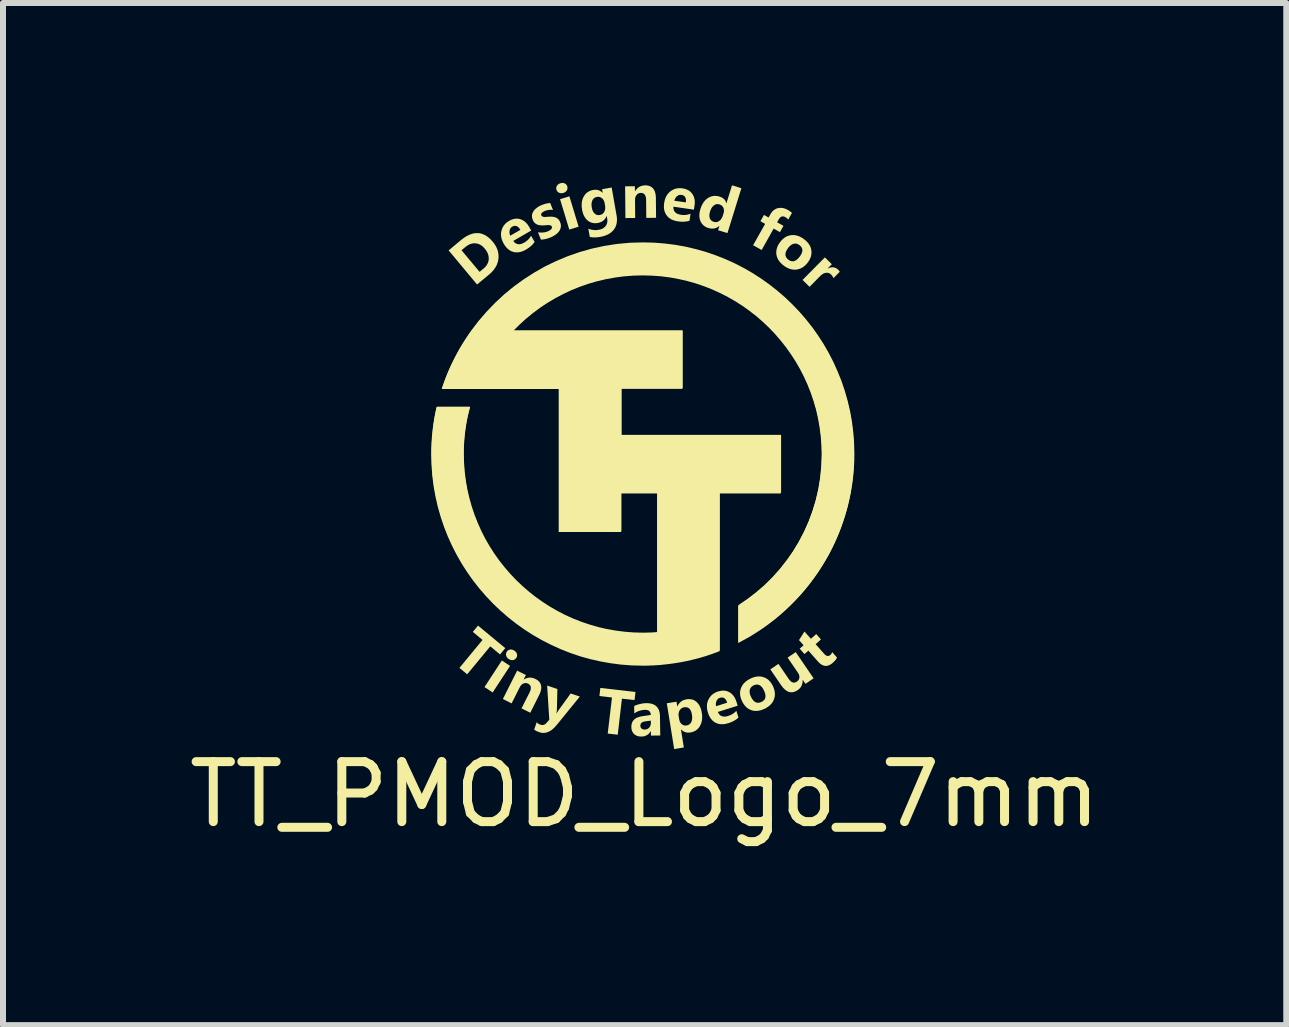
<source format=kicad_pcb>
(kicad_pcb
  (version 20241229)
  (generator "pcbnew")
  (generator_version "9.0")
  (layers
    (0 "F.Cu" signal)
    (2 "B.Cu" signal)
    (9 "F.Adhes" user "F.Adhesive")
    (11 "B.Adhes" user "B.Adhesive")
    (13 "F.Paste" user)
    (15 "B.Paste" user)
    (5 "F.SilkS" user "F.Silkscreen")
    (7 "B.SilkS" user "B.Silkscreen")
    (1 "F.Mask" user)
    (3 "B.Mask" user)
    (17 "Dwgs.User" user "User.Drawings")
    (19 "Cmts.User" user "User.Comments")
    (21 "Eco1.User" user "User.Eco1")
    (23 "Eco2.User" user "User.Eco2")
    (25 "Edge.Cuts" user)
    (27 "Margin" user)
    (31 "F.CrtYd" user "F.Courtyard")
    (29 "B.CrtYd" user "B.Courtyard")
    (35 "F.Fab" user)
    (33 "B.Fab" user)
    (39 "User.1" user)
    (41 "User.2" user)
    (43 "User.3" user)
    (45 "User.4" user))
  (footprint "TT_PMOD_Logo_7mm"
    (layer "F.Cu")
    (at 7.709 4.563)
    (property "Reference" "TT_PMOD_Logo_7mm" (at -0.013 5.629 0) (unlocked yes) (layer "F.SilkS") (effects (font (size 1 1) (thickness 0.15))))
    (attr smd exclude_from_pos_files exclude_from_bom)
    (fp_poly (pts (xy -2.256 3.488) (xy -2.546 3.931) (xy -2.682 3.841) (xy -2.393 3.398)) (stroke (width 0) (type solid)) (fill yes) (layer "F.SilkS"))
    (fp_poly (pts (xy -1.113 -3.834) (xy -1.269 -3.786) (xy -1.423 -4.293) (xy -1.267 -4.34)) (stroke (width 0) (type solid)) (fill yes) (layer "F.SilkS"))
    (fp_poly (pts (xy -2.336 3.192) (xy -2.423 3.297) (xy -2.586 3.162) (xy -2.971 3.628) (xy -3.1 3.521) (xy -2.715 3.055) (xy -2.877 2.921) (xy -2.79 2.816)) (stroke (width 0) (type solid)) (fill yes) (layer "F.SilkS"))
    (fp_poly (pts (xy -0.165 3.923) (xy -0.181 4.058) (xy -0.391 4.034) (xy -0.461 4.635) (xy -0.628 4.616) (xy -0.557 4.015) (xy -0.766 3.99) (xy -0.751 3.855)) (stroke (width 0) (type solid)) (fill yes) (layer "F.SilkS"))
    (fp_poly (pts (xy 3.108 -3.208) (xy 3.039 -3.138) (xy 3.041 -3.136) (xy 3.053 -3.142) (xy 3.066 -3.147) (xy 3.078 -3.151) (xy 3.09 -3.154) (xy 3.102 -3.156) (xy 3.113 -3.157) (xy 3.125 -3.157) (xy 3.136 -3.156) (xy 3.147 -3.154) (xy 3.157 -3.151) (xy 3.168 -3.148) (xy 3.178 -3.143) (xy 3.187 -3.137) (xy 3.197 -3.131) (xy 3.206 -3.124) (xy 3.215 -3.115) (xy 3.218 -3.113) (xy 3.22 -3.111) (xy 3.222 -3.108) (xy 3.224 -3.106) (xy 3.226 -3.104) (xy 3.227 -3.102) (xy 3.229 -3.1) (xy 3.231 -3.098) (xy 3.232 -3.096) (xy 3.234 -3.094) (xy 3.235 -3.092) (xy 3.236 -3.09) (xy 3.237 -3.088) (xy 3.238 -3.086) (xy 3.239 -3.084) (xy 3.24 -3.082) (xy 3.134 -2.975) (xy 3.133 -2.979) (xy 3.132 -2.983) (xy 3.13 -2.987) (xy 3.128 -2.991) (xy 3.126 -2.995) (xy 3.124 -2.999) (xy 3.122 -3.003) (xy 3.12 -3.006) (xy 3.118 -3.01) (xy 3.115 -3.014) (xy 3.112 -3.017) (xy 3.109 -3.021) (xy 3.106 -3.024) (xy 3.103 -3.028) (xy 3.1 -3.031) (xy 3.097 -3.035) (xy 3.092 -3.039) (xy 3.087 -3.044) (xy 3.082 -3.047) (xy 3.077 -3.051) (xy 3.072 -3.054) (xy 3.067 -3.057) (xy 3.061 -3.059) (xy 3.056 -3.061) (xy 3.05 -3.063) (xy 3.045 -3.064) (xy 3.039 -3.065) (xy 3.033 -3.066) (xy 3.028 -3.066) (xy 3.022 -3.066) (xy 3.016 -3.066) (xy 3.01 -3.065) (xy 3.004 -3.064) (xy 2.998 -3.063) (xy 2.992 -3.061) (xy 2.986 -3.06) (xy 2.98 -3.057) (xy 2.973 -3.055) (xy 2.967 -3.052) (xy 2.962 -3.048) (xy 2.956 -3.045) (xy 2.95 -3.041) (xy 2.944 -3.037) (xy 2.938 -3.032) (xy 2.932 -3.027) (xy 2.926 -3.022) (xy 2.92 -3.017) (xy 2.914 -3.011) (xy 2.737 -2.831) (xy 2.62 -2.946) (xy 2.992 -3.322)) (stroke (width 0) (type solid)) (fill yes) (layer "F.SilkS"))
    (fp_poly (pts (xy -1.467 3.874) (xy -1.475 4.21) (xy -1.475 4.218) (xy -1.476 4.227) (xy -1.477 4.235) (xy -1.478 4.244) (xy -1.479 4.253) (xy -1.48 4.263) (xy -1.482 4.272) (xy -1.484 4.282) (xy -1.482 4.283) (xy -1.478 4.276) (xy -1.474 4.269) (xy -1.47 4.262) (xy -1.465 4.254) (xy -1.46 4.247) (xy -1.455 4.239) (xy -1.45 4.23) (xy -1.444 4.222) (xy -1.246 3.948) (xy -1.093 3.999) (xy -1.478 4.473) (xy -1.496 4.493) (xy -1.513 4.512) (xy -1.531 4.529) (xy -1.548 4.544) (xy -1.566 4.558) (xy -1.584 4.57) (xy -1.593 4.575) (xy -1.602 4.58) (xy -1.611 4.584) (xy -1.62 4.588) (xy -1.629 4.592) (xy -1.638 4.595) (xy -1.647 4.598) (xy -1.656 4.6) (xy -1.665 4.602) (xy -1.674 4.603) (xy -1.683 4.604) (xy -1.692 4.605) (xy -1.701 4.605) (xy -1.71 4.605) (xy -1.719 4.604) (xy -1.728 4.603) (xy -1.738 4.601) (xy -1.747 4.599) (xy -1.756 4.597) (xy -1.765 4.594) (xy -1.779 4.589) (xy -1.792 4.584) (xy -1.804 4.579) (xy -1.816 4.574) (xy -1.826 4.568) (xy -1.831 4.565) (xy -1.836 4.562) (xy -1.841 4.559) (xy -1.845 4.556) (xy -1.85 4.553) (xy -1.854 4.55) (xy -1.812 4.427) (xy -1.809 4.43) (xy -1.806 4.434) (xy -1.803 4.437) (xy -1.799 4.44) (xy -1.796 4.443) (xy -1.792 4.446) (xy -1.788 4.449) (xy -1.785 4.451) (xy -1.781 4.454) (xy -1.777 4.456) (xy -1.773 4.458) (xy -1.769 4.46) (xy -1.764 4.462) (xy -1.76 4.464) (xy -1.756 4.466) (xy -1.751 4.467) (xy -1.744 4.47) (xy -1.737 4.471) (xy -1.729 4.472) (xy -1.722 4.473) (xy -1.716 4.473) (xy -1.709 4.473) (xy -1.702 4.472) (xy -1.696 4.47) (xy -1.689 4.468) (xy -1.683 4.466) (xy -1.677 4.462) (xy -1.671 4.459) (xy -1.666 4.455) (xy -1.66 4.45) (xy -1.654 4.445) (xy -1.649 4.439) (xy -1.602 4.385) (xy -1.638 3.816)) (stroke (width 0) (type solid)) (fill yes) (layer "F.SilkS"))
    (fp_poly (pts (xy 2.269 -4.147) (xy 2.279 -4.146) (xy 2.29 -4.145) (xy 2.3 -4.143) (xy 2.311 -4.14) (xy 2.321 -4.137) (xy 2.332 -4.133) (xy 2.343 -4.129) (xy 2.354 -4.124) (xy 2.364 -4.119) (xy 2.375 -4.113) (xy 2.386 -4.107) (xy 2.396 -4.101) (xy 2.405 -4.094) (xy 2.414 -4.088) (xy 2.422 -4.082) (xy 2.426 -4.079) (xy 2.43 -4.076) (xy 2.433 -4.073) (xy 2.436 -4.07) (xy 2.44 -4.067) (xy 2.443 -4.063) (xy 2.381 -3.952) (xy 2.378 -3.956) (xy 2.375 -3.959) (xy 2.373 -3.962) (xy 2.37 -3.965) (xy 2.367 -3.968) (xy 2.364 -3.97) (xy 2.361 -3.973) (xy 2.358 -3.976) (xy 2.355 -3.978) (xy 2.352 -3.98) (xy 2.349 -3.983) (xy 2.346 -3.985) (xy 2.343 -3.987) (xy 2.34 -3.989) (xy 2.337 -3.991) (xy 2.334 -3.993) (xy 2.33 -3.995) (xy 2.325 -3.997) (xy 2.321 -3.999) (xy 2.317 -4) (xy 2.313 -4.002) (xy 2.309 -4.003) (xy 2.305 -4.004) (xy 2.301 -4.005) (xy 2.298 -4.005) (xy 2.294 -4.006) (xy 2.29 -4.006) (xy 2.286 -4.006) (xy 2.283 -4.005) (xy 2.279 -4.005) (xy 2.276 -4.004) (xy 2.272 -4.003) (xy 2.269 -4.002) (xy 2.265 -4) (xy 2.262 -3.998) (xy 2.259 -3.996) (xy 2.256 -3.994) (xy 2.252 -3.992) (xy 2.249 -3.989) (xy 2.246 -3.987) (xy 2.243 -3.984) (xy 2.24 -3.98) (xy 2.237 -3.977) (xy 2.235 -3.973) (xy 2.232 -3.969) (xy 2.229 -3.965) (xy 2.224 -3.957) (xy 2.196 -3.907) (xy 2.302 -3.848) (xy 2.243 -3.743) (xy 2.138 -3.802) (xy 1.938 -3.445) (xy 1.796 -3.525) (xy 1.996 -3.881) (xy 1.918 -3.925) (xy 1.977 -4.03) (xy 2.054 -3.987) (xy 2.086 -4.044) (xy 2.092 -4.054) (xy 2.098 -4.063) (xy 2.104 -4.071) (xy 2.11 -4.08) (xy 2.117 -4.088) (xy 2.124 -4.095) (xy 2.131 -4.102) (xy 2.139 -4.108) (xy 2.147 -4.114) (xy 2.155 -4.119) (xy 2.163 -4.124) (xy 2.172 -4.129) (xy 2.18 -4.133) (xy 2.19 -4.137) (xy 2.199 -4.14) (xy 2.209 -4.142) (xy 2.218 -4.145) (xy 2.228 -4.146) (xy 2.238 -4.147) (xy 2.248 -4.148) (xy 2.259 -4.148)) (stroke (width 0) (type solid)) (fill yes) (layer "F.SilkS"))
    (fp_poly (pts (xy 2.759 3.036) (xy 2.848 2.957) (xy 2.927 3.047) (xy 2.838 3.126) (xy 2.98 3.286) (xy 2.987 3.294) (xy 2.994 3.3) (xy 2.997 3.303) (xy 3.001 3.306) (xy 3.004 3.308) (xy 3.007 3.311) (xy 3.011 3.313) (xy 3.014 3.315) (xy 3.017 3.316) (xy 3.02 3.318) (xy 3.024 3.319) (xy 3.027 3.32) (xy 3.03 3.321) (xy 3.034 3.322) (xy 3.037 3.322) (xy 3.04 3.323) (xy 3.043 3.323) (xy 3.046 3.322) (xy 3.05 3.322) (xy 3.053 3.322) (xy 3.056 3.321) (xy 3.059 3.32) (xy 3.062 3.319) (xy 3.065 3.317) (xy 3.069 3.316) (xy 3.072 3.314) (xy 3.075 3.312) (xy 3.078 3.31) (xy 3.081 3.307) (xy 3.084 3.305) (xy 3.087 3.302) (xy 3.089 3.3) (xy 3.091 3.298) (xy 3.093 3.295) (xy 3.095 3.293) (xy 3.097 3.29) (xy 3.099 3.287) (xy 3.101 3.284) (xy 3.103 3.281) (xy 3.105 3.278) (xy 3.107 3.275) (xy 3.108 3.272) (xy 3.11 3.269) (xy 3.111 3.265) (xy 3.113 3.262) (xy 3.114 3.258) (xy 3.194 3.349) (xy 3.192 3.354) (xy 3.19 3.358) (xy 3.187 3.363) (xy 3.184 3.368) (xy 3.181 3.374) (xy 3.178 3.379) (xy 3.174 3.384) (xy 3.17 3.389) (xy 3.165 3.395) (xy 3.16 3.4) (xy 3.155 3.406) (xy 3.15 3.412) (xy 3.144 3.418) (xy 3.138 3.423) (xy 3.132 3.429) (xy 3.125 3.435) (xy 3.117 3.442) (xy 3.109 3.449) (xy 3.101 3.455) (xy 3.093 3.46) (xy 3.085 3.465) (xy 3.077 3.469) (xy 3.069 3.473) (xy 3.061 3.477) (xy 3.053 3.48) (xy 3.045 3.482) (xy 3.038 3.485) (xy 3.03 3.486) (xy 3.022 3.487) (xy 3.014 3.488) (xy 3.006 3.488) (xy 2.999 3.487) (xy 2.991 3.487) (xy 2.983 3.485) (xy 2.975 3.483) (xy 2.968 3.481) (xy 2.96 3.478) (xy 2.952 3.475) (xy 2.945 3.471) (xy 2.937 3.467) (xy 2.93 3.462) (xy 2.922 3.457) (xy 2.914 3.451) (xy 2.907 3.445) (xy 2.899 3.438) (xy 2.892 3.431) (xy 2.885 3.423) (xy 2.877 3.415) (xy 2.717 3.234) (xy 2.652 3.291) (xy 2.572 3.2) (xy 2.637 3.144) (xy 2.561 3.058) (xy 2.652 2.915)) (stroke (width 0) (type solid)) (fill yes) (layer "F.SilkS"))
    (fp_poly (pts (xy -1.992 3.64) (xy -2.03 3.715) (xy -2.028 3.716) (xy -2.016 3.709) (xy -2.004 3.702) (xy -1.992 3.697) (xy -1.98 3.693) (xy -1.968 3.689) (xy -1.956 3.686) (xy -1.944 3.684) (xy -1.931 3.683) (xy -1.919 3.683) (xy -1.907 3.684) (xy -1.895 3.685) (xy -1.882 3.688) (xy -1.87 3.691) (xy -1.858 3.695) (xy -1.845 3.7) (xy -1.833 3.706) (xy -1.823 3.711) (xy -1.814 3.716) (xy -1.805 3.722) (xy -1.797 3.727) (xy -1.79 3.733) (xy -1.783 3.739) (xy -1.776 3.746) (xy -1.77 3.752) (xy -1.765 3.759) (xy -1.759 3.766) (xy -1.755 3.774) (xy -1.751 3.781) (xy -1.747 3.789) (xy -1.744 3.797) (xy -1.742 3.805) (xy -1.739 3.814) (xy -1.738 3.822) (xy -1.737 3.831) (xy -1.736 3.84) (xy -1.736 3.85) (xy -1.736 3.859) (xy -1.737 3.869) (xy -1.739 3.879) (xy -1.741 3.889) (xy -1.743 3.9) (xy -1.746 3.911) (xy -1.749 3.921) (xy -1.753 3.933) (xy -1.757 3.944) (xy -1.762 3.956) (xy -1.768 3.967) (xy -1.774 3.98) (xy -1.919 4.269) (xy -2.065 4.196) (xy -1.932 3.933) (xy -1.926 3.92) (xy -1.921 3.907) (xy -1.916 3.895) (xy -1.913 3.883) (xy -1.911 3.871) (xy -1.91 3.861) (xy -1.91 3.856) (xy -1.91 3.851) (xy -1.91 3.846) (xy -1.911 3.841) (xy -1.912 3.836) (xy -1.913 3.832) (xy -1.914 3.828) (xy -1.916 3.823) (xy -1.918 3.819) (xy -1.92 3.815) (xy -1.922 3.812) (xy -1.925 3.808) (xy -1.928 3.805) (xy -1.931 3.801) (xy -1.935 3.798) (xy -1.938 3.795) (xy -1.942 3.792) (xy -1.946 3.789) (xy -1.951 3.786) (xy -1.956 3.784) (xy -1.961 3.782) (xy -1.965 3.78) (xy -1.97 3.778) (xy -1.975 3.777) (xy -1.98 3.776) (xy -1.984 3.775) (xy -1.989 3.774) (xy -1.994 3.774) (xy -1.999 3.774) (xy -2.004 3.774) (xy -2.008 3.775) (xy -2.013 3.776) (xy -2.018 3.777) (xy -2.023 3.778) (xy -2.028 3.78) (xy -2.033 3.782) (xy -2.038 3.784) (xy -2.042 3.786) (xy -2.047 3.789) (xy -2.051 3.792) (xy -2.056 3.795) (xy -2.06 3.798) (xy -2.064 3.802) (xy -2.068 3.805) (xy -2.071 3.809) (xy -2.075 3.814) (xy -2.079 3.818) (xy -2.082 3.823) (xy -2.085 3.827) (xy -2.088 3.833) (xy -2.091 3.838) (xy -2.094 3.843) (xy -2.23 4.113) (xy -2.376 4.04) (xy -2.138 3.567)) (stroke (width 0) (type solid)) (fill yes) (layer "F.SilkS"))
    (fp_poly (pts (xy 2.804 3.695) (xy 2.669 3.787) (xy 2.624 3.72) (xy 2.622 3.722) (xy 2.622 3.735) (xy 2.621 3.749) (xy 2.62 3.761) (xy 2.618 3.774) (xy 2.615 3.786) (xy 2.612 3.797) (xy 2.608 3.809) (xy 2.603 3.819) (xy 2.598 3.83) (xy 2.591 3.84) (xy 2.585 3.849) (xy 2.577 3.858) (xy 2.569 3.867) (xy 2.56 3.875) (xy 2.551 3.883) (xy 2.541 3.89) (xy 2.531 3.896) (xy 2.522 3.902) (xy 2.513 3.907) (xy 2.503 3.911) (xy 2.494 3.915) (xy 2.485 3.919) (xy 2.476 3.922) (xy 2.466 3.924) (xy 2.457 3.926) (xy 2.448 3.927) (xy 2.439 3.927) (xy 2.431 3.927) (xy 2.422 3.927) (xy 2.413 3.926) (xy 2.404 3.924) (xy 2.395 3.922) (xy 2.387 3.919) (xy 2.378 3.916) (xy 2.37 3.912) (xy 2.361 3.907) (xy 2.353 3.902) (xy 2.344 3.897) (xy 2.336 3.89) (xy 2.328 3.884) (xy 2.32 3.876) (xy 2.311 3.868) (xy 2.303 3.86) (xy 2.295 3.851) (xy 2.287 3.842) (xy 2.279 3.831) (xy 2.263 3.81) (xy 2.083 3.546) (xy 2.218 3.454) (xy 2.39 3.706) (xy 2.394 3.712) (xy 2.398 3.717) (xy 2.402 3.722) (xy 2.406 3.727) (xy 2.41 3.731) (xy 2.414 3.736) (xy 2.418 3.74) (xy 2.422 3.743) (xy 2.426 3.747) (xy 2.43 3.75) (xy 2.434 3.753) (xy 2.439 3.755) (xy 2.443 3.758) (xy 2.447 3.76) (xy 2.451 3.761) (xy 2.455 3.763) (xy 2.46 3.764) (xy 2.464 3.765) (xy 2.468 3.766) (xy 2.473 3.766) (xy 2.477 3.766) (xy 2.481 3.766) (xy 2.486 3.765) (xy 2.49 3.765) (xy 2.495 3.764) (xy 2.499 3.762) (xy 2.504 3.761) (xy 2.508 3.759) (xy 2.513 3.757) (xy 2.517 3.754) (xy 2.522 3.751) (xy 2.526 3.749) (xy 2.531 3.745) (xy 2.535 3.742) (xy 2.539 3.739) (xy 2.542 3.735) (xy 2.546 3.732) (xy 2.549 3.728) (xy 2.552 3.724) (xy 2.555 3.72) (xy 2.557 3.716) (xy 2.559 3.712) (xy 2.561 3.707) (xy 2.563 3.703) (xy 2.564 3.698) (xy 2.566 3.693) (xy 2.566 3.689) (xy 2.567 3.684) (xy 2.568 3.679) (xy 2.568 3.674) (xy 2.568 3.668) (xy 2.567 3.663) (xy 2.567 3.658) (xy 2.566 3.653) (xy 2.564 3.648) (xy 2.563 3.642) (xy 2.561 3.637) (xy 2.559 3.632) (xy 2.557 3.627) (xy 2.555 3.621) (xy 2.552 3.616) (xy 2.549 3.611) (xy 2.545 3.605) (xy 2.542 3.6) (xy 2.371 3.35) (xy 2.506 3.258)) (stroke (width 0) (type solid)) (fill yes) (layer "F.SilkS"))
    (fp_poly (pts (xy -2.238 3.215) (xy -2.233 3.215) (xy -2.229 3.216) (xy -2.225 3.216) (xy -2.22 3.217) (xy -2.216 3.219) (xy -2.211 3.22) (xy -2.207 3.222) (xy -2.203 3.223) (xy -2.199 3.226) (xy -2.194 3.228) (xy -2.19 3.23) (xy -2.186 3.233) (xy -2.181 3.236) (xy -2.177 3.239) (xy -2.173 3.242) (xy -2.17 3.245) (xy -2.166 3.248) (xy -2.163 3.252) (xy -2.16 3.255) (xy -2.157 3.259) (xy -2.154 3.262) (xy -2.152 3.266) (xy -2.15 3.27) (xy -2.148 3.273) (xy -2.146 3.277) (xy -2.144 3.281) (xy -2.143 3.285) (xy -2.142 3.29) (xy -2.141 3.294) (xy -2.14 3.298) (xy -2.139 3.302) (xy -2.139 3.306) (xy -2.139 3.31) (xy -2.139 3.315) (xy -2.139 3.319) (xy -2.14 3.323) (xy -2.14 3.327) (xy -2.141 3.331) (xy -2.143 3.335) (xy -2.144 3.339) (xy -2.146 3.343) (xy -2.148 3.346) (xy -2.15 3.35) (xy -2.152 3.354) (xy -2.155 3.358) (xy -2.158 3.362) (xy -2.161 3.365) (xy -2.164 3.368) (xy -2.167 3.371) (xy -2.17 3.374) (xy -2.173 3.377) (xy -2.176 3.379) (xy -2.18 3.381) (xy -2.184 3.383) (xy -2.187 3.385) (xy -2.191 3.386) (xy -2.195 3.388) (xy -2.199 3.389) (xy -2.204 3.39) (xy -2.208 3.391) (xy -2.212 3.391) (xy -2.217 3.392) (xy -2.221 3.392) (xy -2.225 3.392) (xy -2.23 3.392) (xy -2.234 3.391) (xy -2.238 3.39) (xy -2.243 3.389) (xy -2.247 3.388) (xy -2.251 3.387) (xy -2.256 3.385) (xy -2.26 3.383) (xy -2.264 3.381) (xy -2.269 3.379) (xy -2.273 3.376) (xy -2.278 3.374) (xy -2.282 3.371) (xy -2.286 3.368) (xy -2.29 3.365) (xy -2.293 3.362) (xy -2.297 3.358) (xy -2.3 3.355) (xy -2.303 3.351) (xy -2.306 3.348) (xy -2.308 3.344) (xy -2.311 3.341) (xy -2.313 3.337) (xy -2.315 3.333) (xy -2.317 3.329) (xy -2.318 3.325) (xy -2.32 3.32) (xy -2.321 3.316) (xy -2.322 3.312) (xy -2.323 3.307) (xy -2.323 3.303) (xy -2.323 3.299) (xy -2.323 3.295) (xy -2.323 3.291) (xy -2.323 3.286) (xy -2.322 3.282) (xy -2.322 3.278) (xy -2.32 3.274) (xy -2.319 3.27) (xy -2.318 3.266) (xy -2.316 3.263) (xy -2.314 3.259) (xy -2.312 3.255) (xy -2.31 3.251) (xy -2.307 3.247) (xy -2.305 3.244) (xy -2.302 3.241) (xy -2.299 3.237) (xy -2.296 3.234) (xy -2.293 3.232) (xy -2.289 3.229) (xy -2.286 3.227) (xy -2.283 3.225) (xy -2.279 3.223) (xy -2.275 3.221) (xy -2.271 3.22) (xy -2.267 3.218) (xy -2.263 3.217) (xy -2.259 3.216) (xy -2.255 3.215) (xy -2.251 3.215) (xy -2.246 3.215) (xy -2.242 3.215)) (stroke (width 0) (type solid)) (fill yes) (layer "F.SilkS"))
    (fp_poly (pts (xy 0.008 -4.523) (xy 0.018 -4.522) (xy 0.029 -4.521) (xy 0.038 -4.52) (xy 0.048 -4.518) (xy 0.057 -4.516) (xy 0.066 -4.513) (xy 0.074 -4.51) (xy 0.082 -4.506) (xy 0.09 -4.502) (xy 0.097 -4.498) (xy 0.105 -4.493) (xy 0.111 -4.488) (xy 0.118 -4.482) (xy 0.124 -4.476) (xy 0.129 -4.47) (xy 0.135 -4.463) (xy 0.14 -4.455) (xy 0.145 -4.447) (xy 0.149 -4.439) (xy 0.153 -4.43) (xy 0.157 -4.421) (xy 0.16 -4.412) (xy 0.163 -4.402) (xy 0.166 -4.391) (xy 0.168 -4.38) (xy 0.17 -4.369) (xy 0.172 -4.357) (xy 0.173 -4.345) (xy 0.174 -4.333) (xy 0.175 -4.32) (xy 0.175 -4.306) (xy 0.178 -3.982) (xy 0.015 -3.981) (xy 0.012 -4.275) (xy 0.012 -4.29) (xy 0.011 -4.304) (xy 0.009 -4.317) (xy 0.006 -4.329) (xy 0.003 -4.34) (xy -0.001 -4.35) (xy -0.003 -4.354) (xy -0.005 -4.359) (xy -0.008 -4.363) (xy -0.01 -4.367) (xy -0.013 -4.371) (xy -0.016 -4.374) (xy -0.02 -4.377) (xy -0.023 -4.38) (xy -0.026 -4.383) (xy -0.03 -4.386) (xy -0.034 -4.388) (xy -0.038 -4.39) (xy -0.042 -4.392) (xy -0.047 -4.393) (xy -0.051 -4.394) (xy -0.056 -4.395) (xy -0.061 -4.396) (xy -0.066 -4.397) (xy -0.071 -4.397) (xy -0.077 -4.397) (xy -0.082 -4.397) (xy -0.087 -4.396) (xy -0.092 -4.396) (xy -0.097 -4.395) (xy -0.102 -4.394) (xy -0.106 -4.392) (xy -0.111 -4.391) (xy -0.115 -4.389) (xy -0.119 -4.386) (xy -0.124 -4.384) (xy -0.128 -4.381) (xy -0.132 -4.378) (xy -0.135 -4.375) (xy -0.139 -4.372) (xy -0.143 -4.368) (xy -0.146 -4.364) (xy -0.149 -4.36) (xy -0.152 -4.355) (xy -0.155 -4.351) (xy -0.158 -4.346) (xy -0.16 -4.342) (xy -0.163 -4.337) (xy -0.165 -4.332) (xy -0.166 -4.327) (xy -0.168 -4.322) (xy -0.169 -4.316) (xy -0.17 -4.311) (xy -0.171 -4.305) (xy -0.172 -4.299) (xy -0.172 -4.293) (xy -0.173 -4.287) (xy -0.173 -4.281) (xy -0.17 -3.979) (xy -0.333 -3.978) (xy -0.338 -4.507) (xy -0.175 -4.508) (xy -0.174 -4.425) (xy -0.172 -4.425) (xy -0.165 -4.436) (xy -0.157 -4.447) (xy -0.153 -4.453) (xy -0.148 -4.458) (xy -0.144 -4.463) (xy -0.14 -4.467) (xy -0.135 -4.472) (xy -0.131 -4.476) (xy -0.126 -4.48) (xy -0.121 -4.484) (xy -0.116 -4.488) (xy -0.111 -4.491) (xy -0.106 -4.495) (xy -0.101 -4.498) (xy -0.096 -4.501) (xy -0.09 -4.504) (xy -0.085 -4.506) (xy -0.079 -4.509) (xy -0.073 -4.511) (xy -0.067 -4.513) (xy -0.061 -4.515) (xy -0.055 -4.516) (xy -0.049 -4.518) (xy -0.043 -4.519) (xy -0.036 -4.52) (xy -0.03 -4.521) (xy -0.023 -4.522) (xy -0.017 -4.522) (xy -0.003 -4.523)) (stroke (width 0) (type solid)) (fill yes) (layer "F.SilkS"))
    (fp_poly (pts (xy -1.379 -4.563) (xy -1.374 -4.563) (xy -1.37 -4.562) (xy -1.366 -4.562) (xy -1.362 -4.561) (xy -1.357 -4.56) (xy -1.353 -4.558) (xy -1.349 -4.557) (xy -1.345 -4.555) (xy -1.341 -4.553) (xy -1.338 -4.551) (xy -1.334 -4.549) (xy -1.331 -4.546) (xy -1.327 -4.544) (xy -1.324 -4.541) (xy -1.321 -4.538) (xy -1.319 -4.535) (xy -1.316 -4.532) (xy -1.314 -4.529) (xy -1.311 -4.525) (xy -1.309 -4.522) (xy -1.307 -4.518) (xy -1.306 -4.514) (xy -1.304 -4.51) (xy -1.303 -4.505) (xy -1.301 -4.501) (xy -1.3 -4.497) (xy -1.3 -4.492) (xy -1.299 -4.488) (xy -1.299 -4.484) (xy -1.299 -4.479) (xy -1.299 -4.475) (xy -1.299 -4.471) (xy -1.3 -4.467) (xy -1.3 -4.463) (xy -1.302 -4.459) (xy -1.303 -4.455) (xy -1.304 -4.451) (xy -1.306 -4.447) (xy -1.308 -4.443) (xy -1.31 -4.439) (xy -1.312 -4.436) (xy -1.315 -4.432) (xy -1.318 -4.429) (xy -1.32 -4.425) (xy -1.323 -4.422) (xy -1.327 -4.419) (xy -1.33 -4.416) (xy -1.334 -4.414) (xy -1.337 -4.411) (xy -1.341 -4.409) (xy -1.345 -4.406) (xy -1.349 -4.404) (xy -1.354 -4.402) (xy -1.358 -4.4) (xy -1.363 -4.399) (xy -1.368 -4.397) (xy -1.368 -4.397) (xy -1.373 -4.396) (xy -1.378 -4.394) (xy -1.383 -4.393) (xy -1.387 -4.393) (xy -1.392 -4.392) (xy -1.397 -4.392) (xy -1.401 -4.392) (xy -1.406 -4.392) (xy -1.41 -4.392) (xy -1.415 -4.393) (xy -1.419 -4.393) (xy -1.423 -4.394) (xy -1.427 -4.396) (xy -1.432 -4.397) (xy -1.436 -4.399) (xy -1.44 -4.401) (xy -1.444 -4.403) (xy -1.448 -4.405) (xy -1.451 -4.407) (xy -1.455 -4.41) (xy -1.458 -4.412) (xy -1.461 -4.415) (xy -1.464 -4.418) (xy -1.467 -4.421) (xy -1.469 -4.424) (xy -1.472 -4.428) (xy -1.474 -4.431) (xy -1.476 -4.435) (xy -1.478 -4.439) (xy -1.48 -4.442) (xy -1.481 -4.447) (xy -1.483 -4.451) (xy -1.484 -4.455) (xy -1.485 -4.459) (xy -1.486 -4.464) (xy -1.486 -4.468) (xy -1.486 -4.472) (xy -1.487 -4.476) (xy -1.486 -4.48) (xy -1.486 -4.485) (xy -1.485 -4.489) (xy -1.485 -4.493) (xy -1.483 -4.497) (xy -1.482 -4.5) (xy -1.481 -4.504) (xy -1.479 -4.508) (xy -1.477 -4.512) (xy -1.475 -4.516) (xy -1.472 -4.519) (xy -1.47 -4.523) (xy -1.467 -4.526) (xy -1.464 -4.53) (xy -1.461 -4.533) (xy -1.458 -4.536) (xy -1.455 -4.538) (xy -1.451 -4.541) (xy -1.447 -4.544) (xy -1.443 -4.546) (xy -1.439 -4.548) (xy -1.435 -4.551) (xy -1.431 -4.553) (xy -1.426 -4.554) (xy -1.422 -4.556) (xy -1.417 -4.558) (xy -1.412 -4.559) (xy -1.407 -4.56) (xy -1.402 -4.561) (xy -1.397 -4.562) (xy -1.393 -4.563) (xy -1.388 -4.563) (xy -1.383 -4.563)) (stroke (width 0) (type solid)) (fill yes) (layer "F.SilkS"))
    (fp_poly (pts (xy -2.793 -3.727) (xy -2.777 -3.726) (xy -2.76 -3.724) (xy -2.744 -3.72) (xy -2.728 -3.716) (xy -2.712 -3.71) (xy -2.696 -3.704) (xy -2.68 -3.696) (xy -2.664 -3.688) (xy -2.649 -3.678) (xy -2.633 -3.668) (xy -2.618 -3.656) (xy -2.603 -3.643) (xy -2.588 -3.63) (xy -2.573 -3.615) (xy -2.559 -3.599) (xy -2.544 -3.582) (xy -2.531 -3.566) (xy -2.518 -3.549) (xy -2.507 -3.532) (xy -2.497 -3.515) (xy -2.487 -3.498) (xy -2.479 -3.48) (xy -2.472 -3.463) (xy -2.465 -3.446) (xy -2.46 -3.428) (xy -2.455 -3.41) (xy -2.452 -3.392) (xy -2.45 -3.374) (xy -2.448 -3.356) (xy -2.448 -3.338) (xy -2.448 -3.319) (xy -2.45 -3.301) (xy -2.452 -3.282) (xy -2.456 -3.264) (xy -2.46 -3.246) (xy -2.466 -3.229) (xy -2.472 -3.212) (xy -2.479 -3.194) (xy -2.487 -3.178) (xy -2.497 -3.161) (xy -2.507 -3.145) (xy -2.518 -3.129) (xy -2.53 -3.113) (xy -2.543 -3.097) (xy -2.557 -3.082) (xy -2.571 -3.067) (xy -2.587 -3.052) (xy -2.604 -3.038) (xy -2.806 -2.87) (xy -3.28 -3.439) (xy -3.277 -3.441) (xy -3.065 -3.441) (xy -2.764 -3.081) (xy -2.701 -3.134) (xy -2.691 -3.142) (xy -2.681 -3.151) (xy -2.672 -3.16) (xy -2.664 -3.17) (xy -2.656 -3.179) (xy -2.649 -3.188) (xy -2.643 -3.198) (xy -2.637 -3.208) (xy -2.632 -3.218) (xy -2.627 -3.228) (xy -2.623 -3.238) (xy -2.619 -3.249) (xy -2.617 -3.26) (xy -2.614 -3.27) (xy -2.613 -3.281) (xy -2.612 -3.292) (xy -2.611 -3.304) (xy -2.612 -3.315) (xy -2.612 -3.326) (xy -2.614 -3.337) (xy -2.616 -3.348) (xy -2.618 -3.359) (xy -2.622 -3.37) (xy -2.625 -3.381) (xy -2.63 -3.392) (xy -2.635 -3.403) (xy -2.64 -3.414) (xy -2.647 -3.425) (xy -2.654 -3.436) (xy -2.661 -3.447) (xy -2.669 -3.457) (xy -2.678 -3.468) (xy -2.686 -3.478) (xy -2.695 -3.487) (xy -2.704 -3.496) (xy -2.713 -3.504) (xy -2.722 -3.512) (xy -2.731 -3.519) (xy -2.741 -3.525) (xy -2.75 -3.531) (xy -2.76 -3.536) (xy -2.77 -3.541) (xy -2.78 -3.545) (xy -2.79 -3.548) (xy -2.8 -3.551) (xy -2.81 -3.554) (xy -2.821 -3.555) (xy -2.832 -3.557) (xy -2.842 -3.557) (xy -2.853 -3.557) (xy -2.864 -3.557) (xy -2.874 -3.556) (xy -2.885 -3.554) (xy -2.896 -3.551) (xy -2.906 -3.548) (xy -2.917 -3.545) (xy -2.928 -3.541) (xy -2.938 -3.536) (xy -2.949 -3.53) (xy -2.96 -3.524) (xy -2.97 -3.517) (xy -2.981 -3.51) (xy -2.992 -3.502) (xy -3.002 -3.494) (xy -3.065 -3.441) (xy -3.277 -3.441) (xy -3.079 -3.607) (xy -3.041 -3.636) (xy -3.022 -3.65) (xy -3.004 -3.662) (xy -2.986 -3.673) (xy -2.967 -3.683) (xy -2.949 -3.692) (xy -2.932 -3.7) (xy -2.914 -3.707) (xy -2.896 -3.713) (xy -2.879 -3.718) (xy -2.861 -3.722) (xy -2.844 -3.725) (xy -2.827 -3.727) (xy -2.81 -3.727)) (stroke (width 0) (type solid)) (fill yes) (layer "F.SilkS"))
    (fp_poly (pts (xy 0.589 -4.476) (xy 0.602 -4.475) (xy 0.616 -4.473) (xy 0.63 -4.471) (xy 0.644 -4.468) (xy 0.657 -4.465) (xy 0.67 -4.461) (xy 0.682 -4.457) (xy 0.693 -4.452) (xy 0.704 -4.447) (xy 0.715 -4.441) (xy 0.725 -4.435) (xy 0.735 -4.429) (xy 0.744 -4.422) (xy 0.753 -4.414) (xy 0.761 -4.406) (xy 0.769 -4.398) (xy 0.776 -4.389) (xy 0.783 -4.379) (xy 0.789 -4.37) (xy 0.795 -4.359) (xy 0.801 -4.349) (xy 0.805 -4.338) (xy 0.809 -4.327) (xy 0.813 -4.316) (xy 0.816 -4.304) (xy 0.819 -4.292) (xy 0.821 -4.28) (xy 0.822 -4.268) (xy 0.823 -4.255) (xy 0.823 -4.241) (xy 0.823 -4.228) (xy 0.822 -4.214) (xy 0.821 -4.2) (xy 0.819 -4.186) (xy 0.809 -4.118) (xy 0.468 -4.167) (xy 0.467 -4.16) (xy 0.467 -4.153) (xy 0.467 -4.147) (xy 0.468 -4.14) (xy 0.469 -4.134) (xy 0.47 -4.128) (xy 0.471 -4.122) (xy 0.472 -4.116) (xy 0.474 -4.11) (xy 0.476 -4.105) (xy 0.479 -4.099) (xy 0.482 -4.094) (xy 0.485 -4.09) (xy 0.488 -4.085) (xy 0.491 -4.08) (xy 0.495 -4.076) (xy 0.499 -4.072) (xy 0.504 -4.068) (xy 0.508 -4.064) (xy 0.513 -4.061) (xy 0.519 -4.057) (xy 0.524 -4.054) (xy 0.53 -4.051) (xy 0.536 -4.048) (xy 0.542 -4.046) (xy 0.549 -4.043) (xy 0.556 -4.041) (xy 0.563 -4.039) (xy 0.571 -4.037) (xy 0.578 -4.035) (xy 0.595 -4.032) (xy 0.605 -4.031) (xy 0.616 -4.03) (xy 0.627 -4.029) (xy 0.637 -4.029) (xy 0.647 -4.029) (xy 0.657 -4.029) (xy 0.667 -4.03) (xy 0.677 -4.031) (xy 0.687 -4.032) (xy 0.697 -4.034) (xy 0.706 -4.036) (xy 0.716 -4.038) (xy 0.725 -4.041) (xy 0.734 -4.044) (xy 0.744 -4.047) (xy 0.753 -4.051) (xy 0.736 -3.935) (xy 0.726 -3.931) (xy 0.715 -3.928) (xy 0.705 -3.926) (xy 0.694 -3.923) (xy 0.683 -3.921) (xy 0.672 -3.92) (xy 0.66 -3.919) (xy 0.648 -3.918) (xy 0.636 -3.917) (xy 0.623 -3.917) (xy 0.61 -3.917) (xy 0.597 -3.918) (xy 0.583 -3.918) (xy 0.57 -3.92) (xy 0.556 -3.921) (xy 0.541 -3.923) (xy 0.526 -3.926) (xy 0.511 -3.929) (xy 0.496 -3.932) (xy 0.482 -3.936) (xy 0.469 -3.941) (xy 0.456 -3.946) (xy 0.443 -3.951) (xy 0.431 -3.957) (xy 0.42 -3.964) (xy 0.409 -3.97) (xy 0.399 -3.978) (xy 0.389 -3.986) (xy 0.379 -3.994) (xy 0.371 -4.003) (xy 0.362 -4.012) (xy 0.355 -4.022) (xy 0.347 -4.032) (xy 0.341 -4.043) (xy 0.335 -4.054) (xy 0.33 -4.065) (xy 0.325 -4.077) (xy 0.321 -4.089) (xy 0.317 -4.101) (xy 0.314 -4.114) (xy 0.312 -4.127) (xy 0.31 -4.141) (xy 0.309 -4.154) (xy 0.309 -4.168) (xy 0.309 -4.183) (xy 0.31 -4.198) (xy 0.311 -4.213) (xy 0.313 -4.229) (xy 0.316 -4.245) (xy 0.319 -4.26) (xy 0.321 -4.267) (xy 0.481 -4.267) (xy 0.674 -4.239) (xy 0.675 -4.252) (xy 0.676 -4.265) (xy 0.676 -4.277) (xy 0.675 -4.289) (xy 0.675 -4.294) (xy 0.674 -4.299) (xy 0.672 -4.304) (xy 0.671 -4.309) (xy 0.669 -4.314) (xy 0.668 -4.318) (xy 0.666 -4.322) (xy 0.663 -4.326) (xy 0.661 -4.33) (xy 0.658 -4.334) (xy 0.655 -4.337) (xy 0.652 -4.341) (xy 0.649 -4.344) (xy 0.646 -4.346) (xy 0.642 -4.349) (xy 0.638 -4.352) (xy 0.634 -4.354) (xy 0.63 -4.356) (xy 0.625 -4.358) (xy 0.62 -4.36) (xy 0.615 -4.361) (xy 0.61 -4.362) (xy 0.599 -4.364) (xy 0.594 -4.365) (xy 0.59 -4.365) (xy 0.585 -4.365) (xy 0.58 -4.365) (xy 0.575 -4.365) (xy 0.571 -4.364) (xy 0.566 -4.363) (xy 0.562 -4.362) (xy 0.557 -4.36) (xy 0.553 -4.358) (xy 0.548 -4.356) (xy 0.544 -4.354) (xy 0.54 -4.351) (xy 0.535 -4.349) (xy 0.531 -4.345) (xy 0.527 -4.342) (xy 0.523 -4.338) (xy 0.519 -4.335) (xy 0.515 -4.331) (xy 0.512 -4.327) (xy 0.508 -4.323) (xy 0.505 -4.318) (xy 0.502 -4.314) (xy 0.499 -4.309) (xy 0.496 -4.304) (xy 0.494 -4.299) (xy 0.491 -4.294) (xy 0.489 -4.289) (xy 0.487 -4.284) (xy 0.485 -4.278) (xy 0.483 -4.273) (xy 0.481 -4.267) (xy 0.321 -4.267) (xy 0.323 -4.275) (xy 0.327 -4.29) (xy 0.332 -4.304) (xy 0.337 -4.317) (xy 0.343 -4.33) (xy 0.349 -4.343) (xy 0.356 -4.355) (xy 0.363 -4.366) (xy 0.371 -4.377) (xy 0.38 -4.387) (xy 0.389 -4.397) (xy 0.398 -4.407) (xy 0.408 -4.416) (xy 0.419 -4.424) (xy 0.43 -4.432) (xy 0.441 -4.439) (xy 0.452 -4.446) (xy 0.464 -4.452) (xy 0.475 -4.457) (xy 0.487 -4.462) (xy 0.499 -4.466) (xy 0.512 -4.469) (xy 0.524 -4.472) (xy 0.537 -4.474) (xy 0.549 -4.475) (xy 0.562 -4.476) (xy 0.576 -4.476)) (stroke (width 0) (type solid)) (fill yes) (layer "F.SilkS"))
    (fp_poly (pts (xy 1.313 3.901) (xy 1.325 3.902) (xy 1.336 3.903) (xy 1.348 3.906) (xy 1.359 3.909) (xy 1.37 3.912) (xy 1.38 3.917) (xy 1.391 3.922) (xy 1.401 3.927) (xy 1.411 3.933) (xy 1.421 3.94) (xy 1.43 3.947) (xy 1.439 3.954) (xy 1.447 3.963) (xy 1.456 3.971) (xy 1.463 3.98) (xy 1.471 3.99) (xy 1.478 4) (xy 1.485 4.011) (xy 1.491 4.022) (xy 1.497 4.034) (xy 1.503 4.046) (xy 1.508 4.059) (xy 1.513 4.072) (xy 1.518 4.086) (xy 1.538 4.152) (xy 1.209 4.255) (xy 1.211 4.261) (xy 1.214 4.268) (xy 1.217 4.274) (xy 1.221 4.279) (xy 1.224 4.285) (xy 1.228 4.29) (xy 1.231 4.295) (xy 1.235 4.299) (xy 1.24 4.304) (xy 1.244 4.308) (xy 1.248 4.311) (xy 1.253 4.315) (xy 1.258 4.318) (xy 1.263 4.321) (xy 1.268 4.323) (xy 1.273 4.325) (xy 1.279 4.327) (xy 1.284 4.329) (xy 1.29 4.33) (xy 1.296 4.331) (xy 1.302 4.332) (xy 1.309 4.333) (xy 1.315 4.333) (xy 1.322 4.333) (xy 1.329 4.332) (xy 1.336 4.332) (xy 1.343 4.331) (xy 1.35 4.329) (xy 1.358 4.328) (xy 1.366 4.326) (xy 1.374 4.324) (xy 1.382 4.321) (xy 1.392 4.318) (xy 1.402 4.314) (xy 1.412 4.31) (xy 1.421 4.306) (xy 1.431 4.302) (xy 1.44 4.297) (xy 1.448 4.292) (xy 1.457 4.287) (xy 1.465 4.282) (xy 1.473 4.276) (xy 1.481 4.27) (xy 1.488 4.264) (xy 1.496 4.257) (xy 1.503 4.25) (xy 1.509 4.243) (xy 1.516 4.236) (xy 1.551 4.348) (xy 1.544 4.356) (xy 1.536 4.363) (xy 1.527 4.37) (xy 1.519 4.377) (xy 1.509 4.383) (xy 1.5 4.39) (xy 1.49 4.396) (xy 1.479 4.402) (xy 1.469 4.408) (xy 1.457 4.413) (xy 1.446 4.419) (xy 1.433 4.424) (xy 1.421 4.429) (xy 1.408 4.434) (xy 1.395 4.439) (xy 1.381 4.443) (xy 1.366 4.447) (xy 1.351 4.451) (xy 1.336 4.454) (xy 1.322 4.457) (xy 1.308 4.459) (xy 1.294 4.46) (xy 1.28 4.46) (xy 1.267 4.46) (xy 1.254 4.459) (xy 1.241 4.458) (xy 1.229 4.456) (xy 1.216 4.453) (xy 1.204 4.449) (xy 1.193 4.445) (xy 1.181 4.44) (xy 1.17 4.435) (xy 1.159 4.429) (xy 1.148 4.422) (xy 1.138 4.415) (xy 1.129 4.407) (xy 1.119 4.398) (xy 1.11 4.389) (xy 1.102 4.38) (xy 1.094 4.37) (xy 1.086 4.359) (xy 1.079 4.347) (xy 1.072 4.335) (xy 1.065 4.323) (xy 1.059 4.31) (xy 1.053 4.296) (xy 1.048 4.282) (xy 1.043 4.267) (xy 1.038 4.251) (xy 1.034 4.236) (xy 1.031 4.221) (xy 1.029 4.206) (xy 1.027 4.191) (xy 1.026 4.177) (xy 1.026 4.162) (xy 1.026 4.148) (xy 1.027 4.135) (xy 1.027 4.13) (xy 1.175 4.13) (xy 1.175 4.136) (xy 1.175 4.142) (xy 1.176 4.148) (xy 1.177 4.154) (xy 1.178 4.16) (xy 1.364 4.101) (xy 1.359 4.088) (xy 1.354 4.076) (xy 1.352 4.071) (xy 1.349 4.065) (xy 1.346 4.06) (xy 1.343 4.056) (xy 1.34 4.051) (xy 1.337 4.047) (xy 1.334 4.043) (xy 1.331 4.039) (xy 1.327 4.036) (xy 1.324 4.032) (xy 1.32 4.029) (xy 1.316 4.027) (xy 1.312 4.024) (xy 1.308 4.022) (xy 1.304 4.02) (xy 1.3 4.019) (xy 1.296 4.017) (xy 1.291 4.016) (xy 1.287 4.016) (xy 1.282 4.015) (xy 1.278 4.015) (xy 1.273 4.015) (xy 1.268 4.015) (xy 1.263 4.016) (xy 1.258 4.016) (xy 1.253 4.017) (xy 1.247 4.019) (xy 1.242 4.02) (xy 1.237 4.022) (xy 1.233 4.024) (xy 1.228 4.026) (xy 1.224 4.028) (xy 1.22 4.03) (xy 1.216 4.033) (xy 1.213 4.036) (xy 1.209 4.039) (xy 1.206 4.042) (xy 1.203 4.046) (xy 1.2 4.05) (xy 1.197 4.054) (xy 1.194 4.058) (xy 1.191 4.062) (xy 1.189 4.067) (xy 1.186 4.072) (xy 1.184 4.077) (xy 1.183 4.082) (xy 1.181 4.087) (xy 1.179 4.092) (xy 1.178 4.097) (xy 1.177 4.103) (xy 1.176 4.108) (xy 1.176 4.114) (xy 1.175 4.119) (xy 1.175 4.125) (xy 1.175 4.13) (xy 1.027 4.13) (xy 1.029 4.121) (xy 1.031 4.108) (xy 1.034 4.095) (xy 1.038 4.082) (xy 1.042 4.069) (xy 1.048 4.057) (xy 1.053 4.045) (xy 1.06 4.033) (xy 1.067 4.022) (xy 1.074 4.011) (xy 1.082 4) (xy 1.09 3.991) (xy 1.099 3.981) (xy 1.108 3.972) (xy 1.118 3.964) (xy 1.128 3.956) (xy 1.138 3.949) (xy 1.149 3.942) (xy 1.16 3.936) (xy 1.172 3.93) (xy 1.184 3.924) (xy 1.197 3.919) (xy 1.21 3.915) (xy 1.224 3.911) (xy 1.237 3.908) (xy 1.25 3.905) (xy 1.263 3.903) (xy 1.276 3.901) (xy 1.289 3.9) (xy 1.301 3.9)) (stroke (width 0) (type solid)) (fill yes) (layer "F.SilkS"))
    (fp_poly (pts (xy -2.131 -3.968) (xy -2.119 -3.967) (xy -2.108 -3.965) (xy -2.097 -3.962) (xy -2.085 -3.959) (xy -2.074 -3.955) (xy -2.064 -3.951) (xy -2.053 -3.946) (xy -2.043 -3.941) (xy -2.033 -3.934) (xy -2.023 -3.928) (xy -2.013 -3.921) (xy -2.004 -3.913) (xy -1.994 -3.904) (xy -1.986 -3.895) (xy -1.977 -3.886) (xy -1.968 -3.876) (xy -1.96 -3.865) (xy -1.952 -3.854) (xy -1.945 -3.842) (xy -1.937 -3.829) (xy -1.903 -3.77) (xy -2.202 -3.597) (xy -2.198 -3.591) (xy -2.193 -3.586) (xy -2.189 -3.581) (xy -2.185 -3.576) (xy -2.18 -3.571) (xy -2.176 -3.567) (xy -2.171 -3.563) (xy -2.166 -3.56) (xy -2.161 -3.556) (xy -2.156 -3.553) (xy -2.151 -3.551) (xy -2.146 -3.549) (xy -2.14 -3.547) (xy -2.135 -3.545) (xy -2.129 -3.544) (xy -2.123 -3.543) (xy -2.118 -3.542) (xy -2.112 -3.542) (xy -2.106 -3.541) (xy -2.1 -3.542) (xy -2.093 -3.542) (xy -2.087 -3.543) (xy -2.081 -3.544) (xy -2.074 -3.546) (xy -2.068 -3.548) (xy -2.061 -3.55) (xy -2.054 -3.553) (xy -2.047 -3.555) (xy -2.04 -3.559) (xy -2.033 -3.562) (xy -2.026 -3.566) (xy -2.018 -3.57) (xy -2.009 -3.576) (xy -2 -3.581) (xy -1.991 -3.587) (xy -1.983 -3.593) (xy -1.975 -3.6) (xy -1.967 -3.606) (xy -1.96 -3.613) (xy -1.952 -3.62) (xy -1.946 -3.627) (xy -1.939 -3.634) (xy -1.933 -3.642) (xy -1.927 -3.65) (xy -1.921 -3.658) (xy -1.916 -3.666) (xy -1.911 -3.674) (xy -1.906 -3.683) (xy -1.847 -3.581) (xy -1.853 -3.572) (xy -1.859 -3.563) (xy -1.866 -3.554) (xy -1.873 -3.546) (xy -1.88 -3.537) (xy -1.888 -3.529) (xy -1.897 -3.521) (xy -1.905 -3.513) (xy -1.915 -3.505) (xy -1.925 -3.497) (xy -1.935 -3.489) (xy -1.945 -3.481) (xy -1.957 -3.474) (xy -1.968 -3.466) (xy -1.98 -3.459) (xy -1.993 -3.451) (xy -2.006 -3.443) (xy -2.02 -3.437) (xy -2.034 -3.43) (xy -2.047 -3.425) (xy -2.061 -3.42) (xy -2.074 -3.416) (xy -2.087 -3.412) (xy -2.1 -3.41) (xy -2.113 -3.408) (xy -2.126 -3.406) (xy -2.139 -3.406) (xy -2.151 -3.406) (xy -2.164 -3.406) (xy -2.176 -3.408) (xy -2.188 -3.41) (xy -2.2 -3.413) (xy -2.212 -3.417) (xy -2.224 -3.421) (xy -2.236 -3.426) (xy -2.247 -3.431) (xy -2.258 -3.438) (xy -2.268 -3.445) (xy -2.279 -3.452) (xy -2.289 -3.46) (xy -2.299 -3.469) (xy -2.309 -3.479) (xy -2.318 -3.489) (xy -2.327 -3.5) (xy -2.336 -3.511) (xy -2.344 -3.523) (xy -2.353 -3.536) (xy -2.361 -3.549) (xy -2.369 -3.564) (xy -2.376 -3.578) (xy -2.382 -3.592) (xy -2.388 -3.606) (xy -2.393 -3.62) (xy -2.397 -3.634) (xy -2.401 -3.648) (xy -2.403 -3.661) (xy -2.405 -3.675) (xy -2.407 -3.689) (xy -2.407 -3.702) (xy -2.407 -3.715) (xy -2.406 -3.729) (xy -2.405 -3.742) (xy -2.404 -3.744) (xy -2.266 -3.744) (xy -2.266 -3.739) (xy -2.265 -3.733) (xy -2.265 -3.728) (xy -2.264 -3.722) (xy -2.263 -3.717) (xy -2.262 -3.711) (xy -2.26 -3.706) (xy -2.259 -3.7) (xy -2.257 -3.695) (xy -2.255 -3.689) (xy -2.253 -3.684) (xy -2.084 -3.781) (xy -2.088 -3.787) (xy -2.091 -3.793) (xy -2.095 -3.798) (xy -2.099 -3.803) (xy -2.102 -3.808) (xy -2.106 -3.813) (xy -2.11 -3.817) (xy -2.114 -3.821) (xy -2.118 -3.825) (xy -2.122 -3.828) (xy -2.126 -3.832) (xy -2.13 -3.834) (xy -2.134 -3.837) (xy -2.138 -3.839) (xy -2.142 -3.841) (xy -2.147 -3.843) (xy -2.151 -3.845) (xy -2.155 -3.846) (xy -2.16 -3.847) (xy -2.164 -3.848) (xy -2.168 -3.848) (xy -2.173 -3.848) (xy -2.177 -3.848) (xy -2.182 -3.847) (xy -2.187 -3.847) (xy -2.191 -3.846) (xy -2.196 -3.844) (xy -2.201 -3.843) (xy -2.206 -3.841) (xy -2.211 -3.839) (xy -2.216 -3.836) (xy -2.22 -3.833) (xy -2.225 -3.831) (xy -2.229 -3.828) (xy -2.232 -3.825) (xy -2.236 -3.822) (xy -2.239 -3.819) (xy -2.242 -3.815) (xy -2.245 -3.812) (xy -2.248 -3.808) (xy -2.251 -3.804) (xy -2.253 -3.8) (xy -2.255 -3.795) (xy -2.257 -3.791) (xy -2.259 -3.786) (xy -2.261 -3.781) (xy -2.262 -3.776) (xy -2.263 -3.771) (xy -2.264 -3.766) (xy -2.265 -3.76) (xy -2.265 -3.755) (xy -2.266 -3.75) (xy -2.266 -3.744) (xy -2.404 -3.744) (xy -2.402 -3.755) (xy -2.399 -3.768) (xy -2.395 -3.781) (xy -2.391 -3.794) (xy -2.386 -3.806) (xy -2.381 -3.818) (xy -2.375 -3.829) (xy -2.369 -3.84) (xy -2.362 -3.851) (xy -2.354 -3.861) (xy -2.346 -3.871) (xy -2.337 -3.88) (xy -2.328 -3.89) (xy -2.319 -3.898) (xy -2.308 -3.907) (xy -2.298 -3.914) (xy -2.286 -3.922) (xy -2.275 -3.929) (xy -2.262 -3.936) (xy -2.25 -3.942) (xy -2.237 -3.948) (xy -2.225 -3.953) (xy -2.213 -3.957) (xy -2.201 -3.961) (xy -2.189 -3.963) (xy -2.177 -3.966) (xy -2.165 -3.967) (xy -2.154 -3.968) (xy -2.142 -3.968)) (stroke (width 0) (type solid)) (fill yes) (layer "F.SilkS"))
    (fp_poly (pts (xy 0.735 4.042) (xy 0.747 4.043) (xy 0.758 4.044) (xy 0.769 4.046) (xy 0.779 4.048) (xy 0.79 4.051) (xy 0.8 4.055) (xy 0.81 4.059) (xy 0.819 4.064) (xy 0.828 4.07) (xy 0.837 4.076) (xy 0.846 4.083) (xy 0.854 4.09) (xy 0.863 4.098) (xy 0.87 4.106) (xy 0.878 4.115) (xy 0.885 4.124) (xy 0.891 4.133) (xy 0.898 4.144) (xy 0.904 4.154) (xy 0.909 4.165) (xy 0.914 4.177) (xy 0.919 4.189) (xy 0.924 4.201) (xy 0.928 4.214) (xy 0.932 4.227) (xy 0.935 4.241) (xy 0.938 4.256) (xy 0.94 4.27) (xy 0.943 4.286) (xy 0.945 4.302) (xy 0.946 4.318) (xy 0.946 4.333) (xy 0.946 4.348) (xy 0.946 4.362) (xy 0.945 4.377) (xy 0.943 4.391) (xy 0.941 4.404) (xy 0.938 4.417) (xy 0.935 4.43) (xy 0.931 4.443) (xy 0.926 4.455) (xy 0.921 4.467) (xy 0.915 4.479) (xy 0.909 4.49) (xy 0.903 4.501) (xy 0.896 4.512) (xy 0.888 4.521) (xy 0.88 4.531) (xy 0.872 4.539) (xy 0.863 4.547) (xy 0.853 4.555) (xy 0.844 4.562) (xy 0.834 4.568) (xy 0.823 4.574) (xy 0.812 4.579) (xy 0.801 4.584) (xy 0.789 4.588) (xy 0.776 4.592) (xy 0.764 4.595) (xy 0.751 4.597) (xy 0.739 4.599) (xy 0.727 4.599) (xy 0.716 4.6) (xy 0.705 4.6) (xy 0.695 4.599) (xy 0.684 4.597) (xy 0.674 4.595) (xy 0.664 4.592) (xy 0.655 4.588) (xy 0.645 4.584) (xy 0.636 4.58) (xy 0.628 4.574) (xy 0.619 4.568) (xy 0.611 4.562) (xy 0.603 4.554) (xy 0.595 4.547) (xy 0.595 4.547) (xy 0.593 4.547) (xy 0.641 4.848) (xy 0.48 4.874) (xy 0.387 4.296) (xy 0.553 4.296) (xy 0.553 4.303) (xy 0.553 4.311) (xy 0.554 4.318) (xy 0.555 4.325) (xy 0.556 4.333) (xy 0.556 4.333) (xy 0.563 4.375) (xy 0.564 4.382) (xy 0.565 4.388) (xy 0.567 4.394) (xy 0.569 4.4) (xy 0.57 4.406) (xy 0.573 4.412) (xy 0.575 4.418) (xy 0.578 4.423) (xy 0.58 4.428) (xy 0.583 4.433) (xy 0.587 4.438) (xy 0.59 4.442) (xy 0.593 4.447) (xy 0.597 4.451) (xy 0.601 4.455) (xy 0.605 4.459) (xy 0.61 4.462) (xy 0.614 4.465) (xy 0.619 4.468) (xy 0.623 4.471) (xy 0.628 4.473) (xy 0.633 4.476) (xy 0.637 4.477) (xy 0.642 4.479) (xy 0.648 4.48) (xy 0.653 4.481) (xy 0.658 4.482) (xy 0.663 4.482) (xy 0.669 4.482) (xy 0.674 4.482) (xy 0.68 4.481) (xy 0.686 4.481) (xy 0.693 4.479) (xy 0.699 4.478) (xy 0.705 4.476) (xy 0.711 4.474) (xy 0.717 4.471) (xy 0.723 4.469) (xy 0.728 4.466) (xy 0.733 4.462) (xy 0.738 4.459) (xy 0.742 4.455) (xy 0.747 4.45) (xy 0.751 4.446) (xy 0.754 4.441) (xy 0.758 4.436) (xy 0.761 4.43) (xy 0.764 4.425) (xy 0.767 4.419) (xy 0.77 4.412) (xy 0.772 4.406) (xy 0.774 4.399) (xy 0.776 4.392) (xy 0.777 4.385) (xy 0.778 4.377) (xy 0.779 4.369) (xy 0.779 4.361) (xy 0.78 4.353) (xy 0.78 4.345) (xy 0.779 4.336) (xy 0.779 4.327) (xy 0.778 4.318) (xy 0.777 4.308) (xy 0.775 4.299) (xy 0.772 4.282) (xy 0.769 4.267) (xy 0.764 4.253) (xy 0.762 4.246) (xy 0.759 4.24) (xy 0.756 4.234) (xy 0.753 4.228) (xy 0.75 4.222) (xy 0.747 4.217) (xy 0.743 4.212) (xy 0.74 4.208) (xy 0.736 4.204) (xy 0.732 4.2) (xy 0.728 4.196) (xy 0.724 4.193) (xy 0.719 4.19) (xy 0.715 4.187) (xy 0.71 4.185) (xy 0.705 4.183) (xy 0.7 4.181) (xy 0.694 4.179) (xy 0.689 4.178) (xy 0.683 4.177) (xy 0.678 4.177) (xy 0.672 4.176) (xy 0.666 4.176) (xy 0.659 4.177) (xy 0.653 4.177) (xy 0.646 4.178) (xy 0.64 4.179) (xy 0.634 4.181) (xy 0.628 4.182) (xy 0.623 4.184) (xy 0.618 4.187) (xy 0.612 4.189) (xy 0.607 4.192) (xy 0.603 4.195) (xy 0.598 4.198) (xy 0.594 4.202) (xy 0.589 4.206) (xy 0.585 4.21) (xy 0.582 4.214) (xy 0.578 4.219) (xy 0.574 4.224) (xy 0.571 4.229) (xy 0.568 4.234) (xy 0.565 4.24) (xy 0.563 4.246) (xy 0.561 4.251) (xy 0.559 4.257) (xy 0.557 4.263) (xy 0.556 4.27) (xy 0.555 4.276) (xy 0.554 4.283) (xy 0.553 4.289) (xy 0.553 4.296) (xy 0.387 4.296) (xy 0.357 4.111) (xy 0.519 4.085) (xy 0.531 4.164) (xy 0.533 4.163) (xy 0.539 4.151) (xy 0.546 4.139) (xy 0.552 4.129) (xy 0.56 4.118) (xy 0.568 4.108) (xy 0.576 4.099) (xy 0.585 4.091) (xy 0.594 4.083) (xy 0.604 4.076) (xy 0.614 4.07) (xy 0.625 4.064) (xy 0.636 4.059) (xy 0.648 4.055) (xy 0.66 4.051) (xy 0.673 4.048) (xy 0.687 4.045) (xy 0.699 4.043) (xy 0.711 4.042) (xy 0.723 4.042)) (stroke (width 0) (type solid)) (fill yes) (layer "F.SilkS"))
    (fp_poly (pts (xy 1.6 -4.475) (xy 1.368 -3.727) (xy 1.212 -3.775) (xy 1.234 -3.845) (xy 1.232 -3.846) (xy 1.222 -3.838) (xy 1.212 -3.831) (xy 1.201 -3.824) (xy 1.191 -3.819) (xy 1.18 -3.814) (xy 1.169 -3.81) (xy 1.158 -3.807) (xy 1.147 -3.804) (xy 1.135 -3.803) (xy 1.124 -3.802) (xy 1.112 -3.802) (xy 1.1 -3.802) (xy 1.088 -3.804) (xy 1.075 -3.806) (xy 1.063 -3.808) (xy 1.05 -3.812) (xy 1.038 -3.816) (xy 1.027 -3.82) (xy 1.016 -3.825) (xy 1.006 -3.83) (xy 0.996 -3.836) (xy 0.987 -3.842) (xy 0.978 -3.848) (xy 0.97 -3.855) (xy 0.962 -3.863) (xy 0.954 -3.87) (xy 0.947 -3.879) (xy 0.94 -3.887) (xy 0.934 -3.896) (xy 0.928 -3.906) (xy 0.923 -3.916) (xy 0.918 -3.926) (xy 0.914 -3.937) (xy 0.91 -3.948) (xy 0.907 -3.959) (xy 0.904 -3.971) (xy 0.902 -3.983) (xy 0.901 -3.995) (xy 0.9 -4.007) (xy 0.9 -4.018) (xy 1.067 -4.018) (xy 1.067 -4.012) (xy 1.067 -4.005) (xy 1.068 -3.999) (xy 1.069 -3.992) (xy 1.071 -3.986) (xy 1.072 -3.981) (xy 1.074 -3.975) (xy 1.077 -3.969) (xy 1.079 -3.964) (xy 1.082 -3.959) (xy 1.085 -3.954) (xy 1.088 -3.95) (xy 1.092 -3.945) (xy 1.096 -3.941) (xy 1.1 -3.937) (xy 1.104 -3.934) (xy 1.108 -3.93) (xy 1.113 -3.927) (xy 1.118 -3.924) (xy 1.124 -3.922) (xy 1.129 -3.919) (xy 1.135 -3.917) (xy 1.141 -3.915) (xy 1.147 -3.913) (xy 1.153 -3.912) (xy 1.159 -3.911) (xy 1.165 -3.91) (xy 1.17 -3.91) (xy 1.176 -3.91) (xy 1.182 -3.91) (xy 1.187 -3.911) (xy 1.193 -3.912) (xy 1.198 -3.913) (xy 1.204 -3.915) (xy 1.209 -3.917) (xy 1.214 -3.92) (xy 1.22 -3.922) (xy 1.225 -3.925) (xy 1.23 -3.929) (xy 1.235 -3.933) (xy 1.24 -3.937) (xy 1.245 -3.941) (xy 1.25 -3.945) (xy 1.254 -3.95) (xy 1.258 -3.955) (xy 1.262 -3.96) (xy 1.266 -3.966) (xy 1.27 -3.972) (xy 1.274 -3.978) (xy 1.277 -3.984) (xy 1.28 -3.991) (xy 1.283 -3.998) (xy 1.286 -4.005) (xy 1.289 -4.013) (xy 1.291 -4.02) (xy 1.291 -4.02) (xy 1.303 -4.058) (xy 1.305 -4.064) (xy 1.306 -4.07) (xy 1.308 -4.076) (xy 1.309 -4.082) (xy 1.309 -4.088) (xy 1.31 -4.094) (xy 1.31 -4.1) (xy 1.31 -4.106) (xy 1.31 -4.111) (xy 1.309 -4.117) (xy 1.308 -4.122) (xy 1.307 -4.128) (xy 1.306 -4.133) (xy 1.304 -4.139) (xy 1.302 -4.144) (xy 1.3 -4.149) (xy 1.297 -4.154) (xy 1.295 -4.159) (xy 1.292 -4.164) (xy 1.289 -4.168) (xy 1.286 -4.172) (xy 1.282 -4.176) (xy 1.278 -4.18) (xy 1.274 -4.184) (xy 1.27 -4.187) (xy 1.266 -4.19) (xy 1.261 -4.193) (xy 1.257 -4.196) (xy 1.252 -4.198) (xy 1.246 -4.201) (xy 1.241 -4.203) (xy 1.235 -4.205) (xy 1.229 -4.207) (xy 1.223 -4.208) (xy 1.216 -4.209) (xy 1.21 -4.21) (xy 1.204 -4.21) (xy 1.198 -4.21) (xy 1.192 -4.21) (xy 1.186 -4.209) (xy 1.18 -4.208) (xy 1.174 -4.206) (xy 1.169 -4.204) (xy 1.163 -4.202) (xy 1.158 -4.199) (xy 1.152 -4.196) (xy 1.147 -4.193) (xy 1.142 -4.189) (xy 1.137 -4.185) (xy 1.132 -4.18) (xy 1.127 -4.176) (xy 1.122 -4.171) (xy 1.118 -4.165) (xy 1.113 -4.16) (xy 1.109 -4.154) (xy 1.105 -4.147) (xy 1.101 -4.141) (xy 1.097 -4.134) (xy 1.094 -4.127) (xy 1.09 -4.119) (xy 1.087 -4.112) (xy 1.084 -4.103) (xy 1.081 -4.095) (xy 1.078 -4.086) (xy 1.076 -4.078) (xy 1.073 -4.07) (xy 1.072 -4.062) (xy 1.07 -4.054) (xy 1.069 -4.047) (xy 1.068 -4.039) (xy 1.067 -4.032) (xy 1.067 -4.025) (xy 1.067 -4.018) (xy 0.9 -4.018) (xy 0.9 -4.02) (xy 0.9 -4.033) (xy 0.901 -4.046) (xy 0.902 -4.059) (xy 0.904 -4.073) (xy 0.907 -4.087) (xy 0.91 -4.101) (xy 0.914 -4.116) (xy 0.918 -4.131) (xy 0.923 -4.146) (xy 0.929 -4.161) (xy 0.934 -4.176) (xy 0.941 -4.189) (xy 0.947 -4.202) (xy 0.954 -4.215) (xy 0.961 -4.227) (xy 0.969 -4.239) (xy 0.977 -4.25) (xy 0.986 -4.26) (xy 0.994 -4.27) (xy 1.004 -4.28) (xy 1.013 -4.289) (xy 1.023 -4.297) (xy 1.033 -4.305) (xy 1.044 -4.312) (xy 1.055 -4.319) (xy 1.066 -4.325) (xy 1.077 -4.33) (xy 1.089 -4.335) (xy 1.1 -4.338) (xy 1.112 -4.342) (xy 1.123 -4.344) (xy 1.135 -4.346) (xy 1.147 -4.347) (xy 1.159 -4.348) (xy 1.171 -4.347) (xy 1.184 -4.346) (xy 1.196 -4.345) (xy 1.209 -4.343) (xy 1.222 -4.34) (xy 1.234 -4.336) (xy 1.246 -4.332) (xy 1.258 -4.328) (xy 1.268 -4.323) (xy 1.278 -4.318) (xy 1.288 -4.312) (xy 1.296 -4.306) (xy 1.304 -4.3) (xy 1.312 -4.293) (xy 1.319 -4.286) (xy 1.325 -4.278) (xy 1.33 -4.27) (xy 1.335 -4.261) (xy 1.34 -4.253) (xy 1.343 -4.243) (xy 1.346 -4.234) (xy 1.349 -4.224) (xy 1.351 -4.223) (xy 1.444 -4.524)) (stroke (width 0) (type solid)) (fill yes) (layer "F.SilkS"))
    (fp_poly (pts (xy 2.471 -3.694) (xy 2.484 -3.693) (xy 2.498 -3.692) (xy 2.511 -3.689) (xy 2.525 -3.686) (xy 2.538 -3.682) (xy 2.551 -3.678) (xy 2.565 -3.672) (xy 2.578 -3.666) (xy 2.592 -3.659) (xy 2.605 -3.652) (xy 2.618 -3.644) (xy 2.632 -3.635) (xy 2.645 -3.625) (xy 2.658 -3.615) (xy 2.67 -3.605) (xy 2.682 -3.595) (xy 2.692 -3.584) (xy 2.702 -3.573) (xy 2.712 -3.562) (xy 2.72 -3.551) (xy 2.728 -3.54) (xy 2.735 -3.528) (xy 2.742 -3.517) (xy 2.748 -3.505) (xy 2.753 -3.492) (xy 2.757 -3.48) (xy 2.761 -3.467) (xy 2.764 -3.455) (xy 2.766 -3.442) (xy 2.768 -3.429) (xy 2.769 -3.416) (xy 2.769 -3.403) (xy 2.768 -3.39) (xy 2.767 -3.377) (xy 2.765 -3.365) (xy 2.763 -3.352) (xy 2.76 -3.339) (xy 2.756 -3.327) (xy 2.751 -3.314) (xy 2.746 -3.302) (xy 2.74 -3.289) (xy 2.733 -3.277) (xy 2.726 -3.265) (xy 2.718 -3.252) (xy 2.709 -3.24) (xy 2.699 -3.227) (xy 2.689 -3.215) (xy 2.678 -3.204) (xy 2.668 -3.193) (xy 2.657 -3.183) (xy 2.646 -3.174) (xy 2.634 -3.165) (xy 2.623 -3.157) (xy 2.611 -3.15) (xy 2.599 -3.144) (xy 2.587 -3.138) (xy 2.574 -3.133) (xy 2.561 -3.129) (xy 2.548 -3.125) (xy 2.535 -3.122) (xy 2.522 -3.12) (xy 2.509 -3.118) (xy 2.495 -3.117) (xy 2.482 -3.117) (xy 2.468 -3.118) (xy 2.455 -3.12) (xy 2.441 -3.122) (xy 2.428 -3.125) (xy 2.414 -3.129) (xy 2.401 -3.133) (xy 2.388 -3.138) (xy 2.374 -3.144) (xy 2.361 -3.151) (xy 2.347 -3.158) (xy 2.334 -3.167) (xy 2.32 -3.175) (xy 2.307 -3.185) (xy 2.307 -3.185) (xy 2.294 -3.195) (xy 2.282 -3.205) (xy 2.27 -3.216) (xy 2.26 -3.226) (xy 2.249 -3.237) (xy 2.24 -3.248) (xy 2.231 -3.259) (xy 2.223 -3.271) (xy 2.216 -3.282) (xy 2.209 -3.294) (xy 2.204 -3.306) (xy 2.198 -3.318) (xy 2.194 -3.331) (xy 2.19 -3.343) (xy 2.187 -3.356) (xy 2.184 -3.369) (xy 2.184 -3.374) (xy 2.335 -3.374) (xy 2.335 -3.368) (xy 2.335 -3.362) (xy 2.336 -3.356) (xy 2.337 -3.35) (xy 2.339 -3.344) (xy 2.341 -3.339) (xy 2.343 -3.333) (xy 2.346 -3.327) (xy 2.349 -3.322) (xy 2.352 -3.317) (xy 2.356 -3.312) (xy 2.36 -3.306) (xy 2.364 -3.301) (xy 2.369 -3.296) (xy 2.374 -3.292) (xy 2.38 -3.287) (xy 2.386 -3.282) (xy 2.392 -3.278) (xy 2.398 -3.274) (xy 2.404 -3.271) (xy 2.409 -3.268) (xy 2.415 -3.265) (xy 2.421 -3.263) (xy 2.427 -3.261) (xy 2.433 -3.259) (xy 2.439 -3.258) (xy 2.445 -3.257) (xy 2.451 -3.257) (xy 2.456 -3.257) (xy 2.462 -3.257) (xy 2.468 -3.258) (xy 2.474 -3.259) (xy 2.48 -3.261) (xy 2.486 -3.263) (xy 2.492 -3.265) (xy 2.497 -3.268) (xy 2.503 -3.271) (xy 2.509 -3.274) (xy 2.515 -3.278) (xy 2.521 -3.282) (xy 2.527 -3.287) (xy 2.533 -3.292) (xy 2.539 -3.297) (xy 2.544 -3.303) (xy 2.55 -3.309) (xy 2.556 -3.315) (xy 2.562 -3.322) (xy 2.574 -3.337) (xy 2.584 -3.352) (xy 2.593 -3.366) (xy 2.601 -3.38) (xy 2.604 -3.387) (xy 2.607 -3.394) (xy 2.609 -3.4) (xy 2.611 -3.407) (xy 2.613 -3.413) (xy 2.615 -3.42) (xy 2.616 -3.426) (xy 2.616 -3.432) (xy 2.617 -3.438) (xy 2.617 -3.444) (xy 2.616 -3.45) (xy 2.616 -3.456) (xy 2.615 -3.461) (xy 2.613 -3.467) (xy 2.611 -3.473) (xy 2.609 -3.478) (xy 2.607 -3.483) (xy 2.604 -3.488) (xy 2.601 -3.494) (xy 2.597 -3.499) (xy 2.593 -3.504) (xy 2.589 -3.508) (xy 2.584 -3.513) (xy 2.579 -3.518) (xy 2.574 -3.522) (xy 2.568 -3.527) (xy 2.568 -3.527) (xy 2.562 -3.531) (xy 2.556 -3.535) (xy 2.55 -3.538) (xy 2.544 -3.541) (xy 2.539 -3.544) (xy 2.533 -3.546) (xy 2.527 -3.548) (xy 2.521 -3.55) (xy 2.515 -3.551) (xy 2.509 -3.552) (xy 2.503 -3.552) (xy 2.497 -3.552) (xy 2.49 -3.552) (xy 2.484 -3.551) (xy 2.478 -3.55) (xy 2.472 -3.549) (xy 2.466 -3.547) (xy 2.46 -3.545) (xy 2.454 -3.543) (xy 2.448 -3.54) (xy 2.442 -3.537) (xy 2.436 -3.533) (xy 2.43 -3.529) (xy 2.424 -3.525) (xy 2.418 -3.52) (xy 2.412 -3.515) (xy 2.407 -3.51) (xy 2.401 -3.504) (xy 2.395 -3.498) (xy 2.39 -3.492) (xy 2.384 -3.485) (xy 2.379 -3.478) (xy 2.368 -3.463) (xy 2.359 -3.448) (xy 2.351 -3.434) (xy 2.348 -3.427) (xy 2.345 -3.42) (xy 2.342 -3.413) (xy 2.34 -3.406) (xy 2.338 -3.4) (xy 2.337 -3.393) (xy 2.336 -3.387) (xy 2.335 -3.38) (xy 2.335 -3.374) (xy 2.184 -3.374) (xy 2.183 -3.382) (xy 2.182 -3.395) (xy 2.182 -3.408) (xy 2.182 -3.421) (xy 2.184 -3.434) (xy 2.186 -3.447) (xy 2.188 -3.46) (xy 2.192 -3.473) (xy 2.196 -3.486) (xy 2.201 -3.499) (xy 2.206 -3.512) (xy 2.212 -3.525) (xy 2.219 -3.537) (xy 2.227 -3.55) (xy 2.236 -3.563) (xy 2.245 -3.576) (xy 2.255 -3.588) (xy 2.265 -3.601) (xy 2.275 -3.612) (xy 2.286 -3.622) (xy 2.297 -3.632) (xy 2.308 -3.641) (xy 2.319 -3.65) (xy 2.331 -3.658) (xy 2.342 -3.664) (xy 2.354 -3.671) (xy 2.366 -3.676) (xy 2.379 -3.681) (xy 2.391 -3.685) (xy 2.404 -3.688) (xy 2.417 -3.691) (xy 2.431 -3.693) (xy 2.444 -3.694) (xy 2.458 -3.695)) (stroke (width 0) (type solid)) (fill yes) (layer "F.SilkS"))
    (fp_poly (pts (xy 1.908 3.664) (xy 1.921 3.665) (xy 1.934 3.667) (xy 1.946 3.669) (xy 1.959 3.673) (xy 1.972 3.677) (xy 1.984 3.681) (xy 1.996 3.686) (xy 2.007 3.692) (xy 2.019 3.699) (xy 2.029 3.705) (xy 2.04 3.713) (xy 2.05 3.721) (xy 2.06 3.73) (xy 2.069 3.739) (xy 2.078 3.749) (xy 2.086 3.76) (xy 2.095 3.771) (xy 2.103 3.782) (xy 2.11 3.795) (xy 2.117 3.807) (xy 2.124 3.821) (xy 2.131 3.836) (xy 2.137 3.85) (xy 2.142 3.865) (xy 2.147 3.879) (xy 2.151 3.894) (xy 2.154 3.908) (xy 2.156 3.922) (xy 2.158 3.936) (xy 2.159 3.949) (xy 2.159 3.963) (xy 2.158 3.976) (xy 2.157 3.99) (xy 2.155 4.003) (xy 2.152 4.016) (xy 2.149 4.029) (xy 2.144 4.042) (xy 2.139 4.055) (xy 2.134 4.067) (xy 2.128 4.079) (xy 2.121 4.091) (xy 2.113 4.102) (xy 2.105 4.113) (xy 2.096 4.123) (xy 2.087 4.133) (xy 2.077 4.143) (xy 2.066 4.153) (xy 2.054 4.162) (xy 2.042 4.171) (xy 2.029 4.179) (xy 2.016 4.187) (xy 2.002 4.195) (xy 1.987 4.203) (xy 1.987 4.203) (xy 1.972 4.209) (xy 1.957 4.215) (xy 1.943 4.221) (xy 1.928 4.226) (xy 1.914 4.229) (xy 1.9 4.233) (xy 1.886 4.235) (xy 1.872 4.237) (xy 1.859 4.238) (xy 1.845 4.239) (xy 1.832 4.238) (xy 1.819 4.237) (xy 1.805 4.236) (xy 1.793 4.233) (xy 1.78 4.23) (xy 1.767 4.226) (xy 1.755 4.221) (xy 1.743 4.216) (xy 1.731 4.21) (xy 1.72 4.204) (xy 1.709 4.197) (xy 1.698 4.189) (xy 1.688 4.181) (xy 1.678 4.172) (xy 1.669 4.162) (xy 1.66 4.152) (xy 1.651 4.141) (xy 1.642 4.129) (xy 1.634 4.117) (xy 1.626 4.104) (xy 1.619 4.091) (xy 1.612 4.077) (xy 1.605 4.062) (xy 1.599 4.048) (xy 1.594 4.033) (xy 1.589 4.019) (xy 1.586 4.005) (xy 1.583 3.991) (xy 1.58 3.977) (xy 1.579 3.963) (xy 1.578 3.95) (xy 1.578 3.936) (xy 1.579 3.923) (xy 1.58 3.914) (xy 1.738 3.914) (xy 1.738 3.921) (xy 1.738 3.928) (xy 1.739 3.935) (xy 1.74 3.942) (xy 1.741 3.949) (xy 1.743 3.956) (xy 1.745 3.964) (xy 1.747 3.972) (xy 1.75 3.979) (xy 1.753 3.987) (xy 1.757 3.995) (xy 1.761 4.003) (xy 1.765 4.012) (xy 1.769 4.02) (xy 1.773 4.027) (xy 1.778 4.035) (xy 1.782 4.042) (xy 1.787 4.048) (xy 1.792 4.054) (xy 1.796 4.06) (xy 1.801 4.066) (xy 1.806 4.071) (xy 1.811 4.075) (xy 1.816 4.08) (xy 1.822 4.084) (xy 1.827 4.087) (xy 1.832 4.09) (xy 1.838 4.093) (xy 1.843 4.096) (xy 1.849 4.098) (xy 1.855 4.099) (xy 1.861 4.101) (xy 1.866 4.102) (xy 1.872 4.102) (xy 1.879 4.102) (xy 1.885 4.102) (xy 1.891 4.102) (xy 1.897 4.101) (xy 1.904 4.1) (xy 1.91 4.098) (xy 1.917 4.096) (xy 1.924 4.093) (xy 1.931 4.091) (xy 1.937 4.088) (xy 1.944 4.084) (xy 1.95 4.081) (xy 1.956 4.077) (xy 1.961 4.073) (xy 1.966 4.07) (xy 1.971 4.065) (xy 1.975 4.061) (xy 1.979 4.057) (xy 1.983 4.052) (xy 1.987 4.047) (xy 1.99 4.042) (xy 1.992 4.037) (xy 1.995 4.031) (xy 1.997 4.026) (xy 1.998 4.02) (xy 2 4.014) (xy 2.001 4.008) (xy 2.001 4.002) (xy 2.002 3.995) (xy 2.002 3.989) (xy 2.001 3.982) (xy 2.001 3.975) (xy 2 3.968) (xy 1.998 3.961) (xy 1.997 3.953) (xy 1.995 3.945) (xy 1.992 3.938) (xy 1.99 3.93) (xy 1.987 3.921) (xy 1.983 3.913) (xy 1.979 3.904) (xy 1.975 3.896) (xy 1.971 3.887) (xy 1.967 3.88) (xy 1.963 3.872) (xy 1.959 3.865) (xy 1.954 3.858) (xy 1.95 3.852) (xy 1.945 3.846) (xy 1.941 3.84) (xy 1.936 3.835) (xy 1.931 3.83) (xy 1.926 3.826) (xy 1.921 3.821) (xy 1.916 3.818) (xy 1.911 3.814) (xy 1.906 3.811) (xy 1.901 3.808) (xy 1.895 3.806) (xy 1.89 3.804) (xy 1.884 3.802) (xy 1.879 3.801) (xy 1.873 3.8) (xy 1.867 3.799) (xy 1.861 3.799) (xy 1.855 3.799) (xy 1.849 3.8) (xy 1.843 3.8) (xy 1.837 3.802) (xy 1.831 3.803) (xy 1.824 3.805) (xy 1.818 3.807) (xy 1.811 3.81) (xy 1.805 3.813) (xy 1.805 3.813) (xy 1.798 3.816) (xy 1.792 3.82) (xy 1.786 3.823) (xy 1.781 3.827) (xy 1.776 3.831) (xy 1.771 3.835) (xy 1.767 3.84) (xy 1.762 3.844) (xy 1.759 3.849) (xy 1.755 3.854) (xy 1.752 3.859) (xy 1.749 3.865) (xy 1.746 3.87) (xy 1.744 3.876) (xy 1.742 3.882) (xy 1.741 3.888) (xy 1.739 3.894) (xy 1.738 3.901) (xy 1.738 3.907) (xy 1.738 3.914) (xy 1.58 3.914) (xy 1.58 3.91) (xy 1.583 3.896) (xy 1.586 3.884) (xy 1.589 3.871) (xy 1.594 3.858) (xy 1.599 3.846) (xy 1.605 3.834) (xy 1.611 3.822) (xy 1.618 3.81) (xy 1.626 3.799) (xy 1.634 3.788) (xy 1.643 3.778) (xy 1.653 3.768) (xy 1.663 3.758) (xy 1.674 3.749) (xy 1.686 3.74) (xy 1.698 3.731) (xy 1.711 3.722) (xy 1.724 3.714) (xy 1.738 3.707) (xy 1.753 3.699) (xy 1.768 3.692) (xy 1.783 3.686) (xy 1.797 3.681) (xy 1.811 3.676) (xy 1.826 3.672) (xy 1.84 3.669) (xy 1.853 3.667) (xy 1.867 3.665) (xy 1.881 3.664) (xy 1.894 3.664)) (stroke (width 0) (type solid)) (fill yes) (layer "F.SilkS"))
    (fp_poly (pts (xy 0.135 -3.555) (xy 0.314 -3.541) (xy 0.49 -3.518) (xy 0.663 -3.487) (xy 0.833 -3.448) (xy 1 -3.401) (xy 1.164 -3.345) (xy 1.324 -3.282) (xy 1.48 -3.211) (xy 1.632 -3.133) (xy 1.779 -3.049) (xy 1.922 -2.957) (xy 2.06 -2.859) (xy 2.193 -2.754) (xy 2.321 -2.643) (xy 2.444 -2.527) (xy 2.56 -2.404) (xy 2.671 -2.276) (xy 2.776 -2.143) (xy 2.874 -2.005) (xy 2.966 -1.862) (xy 3.051 -1.715) (xy 3.129 -1.563) (xy 3.2 -1.407) (xy 3.263 -1.247) (xy 3.319 -1.084) (xy 3.366 -0.917) (xy 3.406 -0.746) (xy 3.437 -0.573) (xy 3.46 -0.397) (xy 3.474 -0.218) (xy 3.478 -0.037) (xy 3.476 0.09) (xy 3.469 0.217) (xy 3.458 0.343) (xy 3.442 0.467) (xy 3.423 0.59) (xy 3.398 0.712) (xy 3.37 0.832) (xy 3.338 0.95) (xy 3.301 1.067) (xy 3.261 1.182) (xy 3.217 1.295) (xy 3.169 1.406) (xy 3.118 1.515) (xy 3.063 1.622) (xy 3.004 1.727) (xy 2.942 1.83) (xy 2.877 1.93) (xy 2.808 2.028) (xy 2.737 2.124) (xy 2.662 2.217) (xy 2.584 2.307) (xy 2.503 2.395) (xy 2.419 2.48) (xy 2.332 2.562) (xy 2.243 2.641) (xy 2.151 2.717) (xy 2.056 2.79) (xy 1.959 2.86) (xy 1.859 2.926) (xy 1.758 2.99) (xy 1.653 3.049) (xy 1.547 3.106) (xy 1.547 2.487) (xy 1.7 2.383) (xy 1.847 2.27) (xy 1.986 2.148) (xy 2.117 2.018) (xy 2.24 1.88) (xy 2.355 1.735) (xy 2.46 1.583) (xy 2.556 1.424) (xy 2.643 1.259) (xy 2.719 1.088) (xy 2.784 0.911) (xy 2.839 0.73) (xy 2.882 0.544) (xy 2.913 0.354) (xy 2.932 0.16) (xy 2.939 -0.037) (xy 2.935 -0.191) (xy 2.923 -0.342) (xy 2.904 -0.491) (xy 2.878 -0.638) (xy 2.845 -0.783) (xy 2.804 -0.924) (xy 2.757 -1.063) (xy 2.704 -1.198) (xy 2.644 -1.33) (xy 2.578 -1.459) (xy 2.506 -1.584) (xy 2.428 -1.705) (xy 2.345 -1.822) (xy 2.256 -1.935) (xy 2.163 -2.043) (xy 2.064 -2.147) (xy 1.96 -2.246) (xy 1.852 -2.34) (xy 1.739 -2.428) (xy 1.622 -2.512) (xy 1.501 -2.589) (xy 1.376 -2.661) (xy 1.247 -2.727) (xy 1.115 -2.787) (xy 0.979 -2.841) (xy 0.841 -2.888) (xy 0.699 -2.928) (xy 0.555 -2.961) (xy 0.408 -2.988) (xy 0.259 -3.007) (xy 0.108 -3.018) (xy -0.046 -3.022) (xy -0.204 -3.018) (xy -0.36 -3.006) (xy -0.514 -2.985) (xy -0.666 -2.957) (xy -0.814 -2.922) (xy -0.96 -2.879) (xy -1.103 -2.829) (xy -1.242 -2.772) (xy -1.377 -2.708) (xy -1.509 -2.638) (xy -1.637 -2.562) (xy -1.76 -2.48) (xy -1.879 -2.391) (xy -1.994 -2.297) (xy -2.103 -2.198) (xy -2.207 -2.093) (xy 0.616 -2.093) (xy 0.616 -1.13) (xy -0.403 -1.13) (xy -0.403 -0.35) (xy 2.256 -0.35) (xy 2.256 0.613) (xy 1.235 0.613) (xy 1.235 3.243) (xy 1.128 3.283) (xy 1.02 3.32) (xy 0.91 3.353) (xy 0.799 3.382) (xy 0.686 3.408) (xy 0.572 3.43) (xy 0.457 3.448) (xy 0.341 3.463) (xy 0.33 3.463) (xy 0.296 3.467) (xy 0.262 3.471) (xy 0.229 3.474) (xy 0.212 3.475) (xy 0.195 3.476) (xy 0.134 3.48) (xy 0.073 3.482) (xy 0.013 3.484) (xy -0.048 3.484) (xy -0.229 3.48) (xy -0.408 3.466) (xy -0.584 3.443) (xy -0.757 3.412) (xy -0.928 3.373) (xy -1.095 3.326) (xy -1.258 3.27) (xy -1.418 3.207) (xy -1.574 3.136) (xy -1.726 3.058) (xy -1.873 2.974) (xy -2.016 2.882) (xy -2.154 2.784) (xy -2.287 2.679) (xy -2.415 2.568) (xy -2.537 2.452) (xy -2.654 2.329) (xy -2.765 2.201) (xy -2.87 2.068) (xy -2.968 1.93) (xy -3.06 1.787) (xy -3.144 1.64) (xy -3.222 1.488) (xy -3.293 1.332) (xy -3.356 1.172) (xy -3.411 1.009) (xy -3.459 0.842) (xy -3.498 0.671) (xy -3.529 0.498) (xy -3.552 0.322) (xy -3.565 0.143) (xy -3.57 -0.037) (xy -3.569 -0.138) (xy -3.565 -0.238) (xy -3.558 -0.338) (xy -3.548 -0.436) (xy -3.536 -0.534) (xy -3.521 -0.63) (xy -3.503 -0.726) (xy -3.483 -0.821) (xy -2.927 -0.821) (xy -2.951 -0.727) (xy -2.973 -0.632) (xy -2.991 -0.535) (xy -3.006 -0.438) (xy -3.018 -0.339) (xy -3.026 -0.24) (xy -3.031 -0.139) (xy -3.033 -0.037) (xy -3.029 0.116) (xy -3.017 0.267) (xy -2.998 0.416) (xy -2.972 0.563) (xy -2.939 0.708) (xy -2.899 0.849) (xy -2.852 0.988) (xy -2.798 1.123) (xy -2.738 1.255) (xy -2.672 1.384) (xy -2.6 1.509) (xy -2.523 1.63) (xy -2.439 1.747) (xy -2.351 1.86) (xy -2.257 1.968) (xy -2.158 2.072) (xy -2.054 2.171) (xy -1.946 2.265) (xy -1.833 2.353) (xy -1.716 2.437) (xy -1.595 2.514) (xy -1.47 2.586) (xy -1.341 2.652) (xy -1.209 2.712) (xy -1.074 2.766) (xy -0.935 2.813) (xy -0.793 2.853) (xy -0.649 2.886) (xy -0.502 2.913) (xy -0.353 2.932) (xy -0.202 2.943) (xy -0.048 2.947) (xy 0.013 2.946) (xy 0.044 2.946) (xy 0.074 2.945) (xy 0.105 2.943) (xy 0.135 2.941) (xy 0.165 2.939) (xy 0.195 2.936) (xy 0.195 0.613) (xy -0.406 0.613) (xy -0.406 1.256) (xy -1.445 1.256) (xy -1.445 -1.128) (xy -3.395 -1.128) (xy -3.373 -1.193) (xy -3.35 -1.257) (xy -3.326 -1.321) (xy -3.3 -1.384) (xy -3.274 -1.447) (xy -3.246 -1.509) (xy -3.217 -1.57) (xy -3.186 -1.631) (xy -3.155 -1.691) (xy -3.123 -1.75) (xy -3.089 -1.809) (xy -3.055 -1.867) (xy -3.019 -1.924) (xy -2.982 -1.98) (xy -2.945 -2.036) (xy -2.906 -2.091) (xy -2.781 -2.254) (xy -2.647 -2.409) (xy -2.505 -2.556) (xy -2.354 -2.695) (xy -2.196 -2.825) (xy -2.03 -2.946) (xy -1.857 -3.057) (xy -1.677 -3.158) (xy -1.491 -3.249) (xy -1.299 -3.329) (xy -1.102 -3.398) (xy -0.899 -3.455) (xy -0.692 -3.5) (xy -0.48 -3.532) (xy -0.265 -3.552) (xy -0.046 -3.559)) (stroke (width 0) (type solid)) (fill yes) (layer "F.SilkS"))
    (fp_poly (pts (xy 0.141 -3.568) (xy 0.319 -3.554) (xy 0.495 -3.532) (xy 0.669 -3.501) (xy 0.839 -3.461) (xy 1.006 -3.414) (xy 1.17 -3.358) (xy 1.329 -3.295) (xy 1.485 -3.225) (xy 1.637 -3.147) (xy 1.785 -3.062) (xy 1.928 -2.97) (xy 2.066 -2.872) (xy 2.199 -2.767) (xy 2.327 -2.657) (xy 2.449 -2.54) (xy 2.566 -2.418) (xy 2.677 -2.29) (xy 2.782 -2.157) (xy 2.88 -2.019) (xy 2.972 -1.876) (xy 3.057 -1.728) (xy 3.135 -1.576) (xy 3.205 -1.42) (xy 3.269 -1.261) (xy 3.324 -1.097) (xy 3.372 -0.93) (xy 3.412 -0.76) (xy 3.443 -0.587) (xy 3.465 -0.41) (xy 3.479 -0.232) (xy 3.484 -0.051) (xy 3.482 0.077) (xy 3.475 0.204) (xy 3.464 0.329) (xy 3.448 0.454) (xy 3.428 0.577) (xy 3.404 0.698) (xy 3.376 0.818) (xy 3.343 0.937) (xy 3.307 1.053) (xy 3.267 1.168) (xy 3.223 1.281) (xy 3.175 1.392) (xy 3.124 1.502) (xy 3.069 1.609) (xy 3.01 1.714) (xy 2.948 1.816) (xy 2.883 1.917) (xy 2.814 2.015) (xy 2.742 2.11) (xy 2.667 2.203) (xy 2.589 2.294) (xy 2.508 2.381) (xy 2.424 2.466) (xy 2.338 2.548) (xy 2.248 2.628) (xy 2.156 2.704) (xy 2.062 2.777) (xy 1.965 2.846) (xy 1.865 2.913) (xy 1.763 2.976) (xy 1.659 3.036) (xy 1.553 3.092) (xy 1.553 2.473) (xy 1.706 2.369) (xy 1.852 2.256) (xy 1.992 2.135) (xy 2.123 2.005) (xy 2.246 1.867) (xy 2.36 1.722) (xy 2.466 1.57) (xy 2.562 1.411) (xy 2.648 1.245) (xy 2.724 1.074) (xy 2.79 0.898) (xy 2.844 0.717) (xy 2.888 0.531) (xy 2.919 0.34) (xy 2.938 0.147) (xy 2.944 -0.051) (xy 2.94 -0.204) (xy 2.929 -0.356) (xy 2.91 -0.505) (xy 2.884 -0.652) (xy 2.85 -0.796) (xy 2.81 -0.937) (xy 2.763 -1.076) (xy 2.709 -1.211) (xy 2.65 -1.344) (xy 2.584 -1.472) (xy 2.512 -1.597) (xy 2.434 -1.718) (xy 2.351 -1.835) (xy 2.262 -1.948) (xy 2.168 -2.057) (xy 2.069 -2.16) (xy 1.966 -2.259) (xy 1.857 -2.353) (xy 1.744 -2.442) (xy 1.627 -2.525) (xy 1.506 -2.603) (xy 1.381 -2.675) (xy 1.253 -2.741) (xy 1.12 -2.8) (xy 0.985 -2.854) (xy 0.846 -2.901) (xy 0.705 -2.941) (xy 0.561 -2.975) (xy 0.414 -3.001) (xy 0.265 -3.02) (xy 0.113 -3.031) (xy -0.04 -3.035) (xy -0.198 -3.031) (xy -0.355 -3.019) (xy -0.509 -2.999) (xy -0.66 -2.971) (xy -0.809 -2.935) (xy -0.954 -2.892) (xy -1.097 -2.842) (xy -1.236 -2.785) (xy -1.372 -2.722) (xy -1.503 -2.652) (xy -1.631 -2.575) (xy -1.755 -2.493) (xy -1.874 -2.405) (xy -1.988 -2.311) (xy -2.097 -2.211) (xy -2.202 -2.107) (xy 0.621 -2.107) (xy 0.621 -1.144) (xy -0.397 -1.144) (xy -0.397 -0.363) (xy 2.262 -0.363) (xy 2.262 0.6) (xy 1.24 0.6) (xy 1.24 3.23) (xy 1.134 3.27) (xy 1.025 3.306) (xy 0.915 3.339) (xy 0.804 3.369) (xy 0.692 3.394) (xy 0.578 3.416) (xy 0.463 3.435) (xy 0.346 3.45) (xy 0.336 3.45) (xy 0.302 3.453) (xy 0.268 3.457) (xy 0.234 3.46) (xy 0.217 3.462) (xy 0.201 3.463) (xy 0.14 3.466) (xy 0.079 3.469) (xy 0.018 3.47) (xy -0.043 3.471) (xy -0.224 3.466) (xy -0.402 3.453) (xy -0.578 3.43) (xy -0.752 3.399) (xy -0.922 3.36) (xy -1.089 3.312) (xy -1.253 3.257) (xy -1.412 3.194) (xy -1.568 3.123) (xy -1.72 3.045) (xy -1.868 2.96) (xy -2.011 2.869) (xy -2.149 2.77) (xy -2.282 2.666) (xy -2.41 2.555) (xy -2.532 2.438) (xy -2.649 2.316) (xy -2.759 2.188) (xy -2.864 2.055) (xy -2.962 1.917) (xy -3.054 1.774) (xy -3.139 1.626) (xy -3.217 1.475) (xy -3.287 1.319) (xy -3.35 1.159) (xy -3.406 0.995) (xy -3.453 0.828) (xy -3.493 0.658) (xy -3.524 0.485) (xy -3.546 0.309) (xy -3.56 0.13) (xy -3.564 -0.051) (xy -3.563 -0.152) (xy -3.559 -0.252) (xy -3.552 -0.351) (xy -3.543 -0.449) (xy -3.53 -0.547) (xy -3.515 -0.644) (xy -3.498 -0.739) (xy -3.477 -0.834) (xy -2.921 -0.834) (xy -2.946 -0.74) (xy -2.967 -0.645) (xy -2.985 -0.549) (xy -3 -0.451) (xy -3.012 -0.353) (xy -3.02 -0.253) (xy -3.026 -0.153) (xy -3.027 -0.051) (xy -3.023 0.102) (xy -3.012 0.254) (xy -2.993 0.403) (xy -2.967 0.55) (xy -2.933 0.694) (xy -2.893 0.836) (xy -2.846 0.974) (xy -2.792 1.11) (xy -2.733 1.242) (xy -2.667 1.371) (xy -2.595 1.496) (xy -2.517 1.617) (xy -2.434 1.734) (xy -2.345 1.846) (xy -2.251 1.955) (xy -2.152 2.059) (xy -2.048 2.157) (xy -1.94 2.251) (xy -1.827 2.34) (xy -1.71 2.423) (xy -1.589 2.501) (xy -1.464 2.573) (xy -1.336 2.639) (xy -1.203 2.699) (xy -1.068 2.752) (xy -0.929 2.799) (xy -0.788 2.84) (xy -0.644 2.873) (xy -0.497 2.899) (xy -0.348 2.918) (xy -0.196 2.93) (xy -0.043 2.934) (xy 0.019 2.933) (xy 0.049 2.932) (xy 0.08 2.931) (xy 0.11 2.93) (xy 0.141 2.928) (xy 0.171 2.926) (xy 0.201 2.923) (xy 0.201 0.6) (xy -0.4 0.6) (xy -0.4 1.243) (xy -1.44 1.243) (xy -1.44 -1.141) (xy -3.39 -1.141) (xy -3.368 -1.206) (xy -3.345 -1.271) (xy -3.32 -1.335) (xy -3.295 -1.398) (xy -3.268 -1.46) (xy -3.24 -1.522) (xy -3.211 -1.584) (xy -3.181 -1.644) (xy -3.149 -1.704) (xy -3.117 -1.764) (xy -3.084 -1.822) (xy -3.049 -1.88) (xy -3.013 -1.937) (xy -2.977 -1.993) (xy -2.939 -2.049) (xy -2.9 -2.104) (xy -2.776 -2.267) (xy -2.642 -2.422) (xy -2.499 -2.57) (xy -2.349 -2.709) (xy -2.19 -2.839) (xy -2.024 -2.959) (xy -1.851 -3.07) (xy -1.672 -3.172) (xy -1.486 -3.262) (xy -1.294 -3.342) (xy -1.096 -3.411) (xy -0.894 -3.468) (xy -0.686 -3.513) (xy -0.475 -3.546) (xy -0.259 -3.566) (xy -0.04 -3.572)) (stroke (width 0) (type solid)) (fill yes) (layer "F.SilkS"))
    (fp_poly (pts (xy 0.027 4.109) (xy 0.041 4.11) (xy 0.054 4.111) (xy 0.067 4.112) (xy 0.079 4.114) (xy 0.091 4.116) (xy 0.102 4.119) (xy 0.113 4.122) (xy 0.123 4.125) (xy 0.133 4.129) (xy 0.143 4.134) (xy 0.152 4.139) (xy 0.161 4.144) (xy 0.169 4.15) (xy 0.177 4.156) (xy 0.184 4.163) (xy 0.191 4.17) (xy 0.198 4.178) (xy 0.204 4.186) (xy 0.209 4.194) (xy 0.215 4.203) (xy 0.219 4.213) (xy 0.224 4.223) (xy 0.228 4.233) (xy 0.231 4.244) (xy 0.234 4.255) (xy 0.237 4.267) (xy 0.239 4.279) (xy 0.241 4.291) (xy 0.242 4.304) (xy 0.243 4.318) (xy 0.243 4.332) (xy 0.248 4.648) (xy 0.093 4.65) (xy 0.092 4.574) (xy 0.09 4.574) (xy 0.084 4.585) (xy 0.08 4.59) (xy 0.076 4.595) (xy 0.073 4.6) (xy 0.069 4.605) (xy 0.065 4.609) (xy 0.061 4.614) (xy 0.057 4.618) (xy 0.053 4.622) (xy 0.048 4.625) (xy 0.044 4.629) (xy 0.039 4.633) (xy 0.035 4.636) (xy 0.03 4.639) (xy 0.025 4.642) (xy 0.02 4.645) (xy 0.015 4.647) (xy 0.01 4.65) (xy 0.005 4.652) (xy -0.001 4.654) (xy -0.006 4.656) (xy -0.012 4.658) (xy -0.017 4.659) (xy -0.023 4.661) (xy -0.029 4.662) (xy -0.035 4.663) (xy -0.041 4.664) (xy -0.047 4.664) (xy -0.053 4.665) (xy -0.066 4.665) (xy -0.076 4.665) (xy -0.085 4.665) (xy -0.094 4.664) (xy -0.103 4.663) (xy -0.111 4.662) (xy -0.119 4.66) (xy -0.127 4.658) (xy -0.135 4.656) (xy -0.143 4.653) (xy -0.15 4.65) (xy -0.157 4.646) (xy -0.164 4.642) (xy -0.17 4.638) (xy -0.176 4.634) (xy -0.182 4.629) (xy -0.188 4.624) (xy -0.194 4.618) (xy -0.199 4.613) (xy -0.203 4.607) (xy -0.208 4.6) (xy -0.212 4.594) (xy -0.215 4.587) (xy -0.219 4.58) (xy -0.222 4.573) (xy -0.225 4.566) (xy -0.227 4.558) (xy -0.229 4.55) (xy -0.231 4.542) (xy -0.232 4.534) (xy -0.233 4.525) (xy -0.233 4.517) (xy -0.234 4.508) (xy -0.234 4.498) (xy -0.233 4.489) (xy -0.233 4.486) (xy -0.084 4.486) (xy -0.084 4.49) (xy -0.083 4.493) (xy -0.083 4.496) (xy -0.082 4.5) (xy -0.082 4.503) (xy -0.081 4.506) (xy -0.08 4.509) (xy -0.079 4.512) (xy -0.077 4.515) (xy -0.076 4.517) (xy -0.074 4.52) (xy -0.072 4.523) (xy -0.07 4.525) (xy -0.068 4.527) (xy -0.066 4.53) (xy -0.064 4.532) (xy -0.061 4.534) (xy -0.059 4.536) (xy -0.056 4.538) (xy -0.053 4.54) (xy -0.05 4.541) (xy -0.047 4.543) (xy -0.044 4.544) (xy -0.041 4.545) (xy -0.037 4.546) (xy -0.034 4.547) (xy -0.03 4.547) (xy -0.027 4.548) (xy -0.023 4.548) (xy -0.019 4.549) (xy -0.015 4.549) (xy -0.011 4.549) (xy -0.005 4.549) (xy 0.000306 4.548) (xy 0.006 4.547) (xy 0.011 4.547) (xy 0.016 4.545) (xy 0.021 4.544) (xy 0.026 4.542) (xy 0.031 4.54) (xy 0.035 4.538) (xy 0.04 4.536) (xy 0.044 4.533) (xy 0.048 4.53) (xy 0.052 4.527) (xy 0.056 4.524) (xy 0.06 4.52) (xy 0.064 4.516) (xy 0.067 4.512) (xy 0.07 4.508) (xy 0.073 4.503) (xy 0.076 4.499) (xy 0.078 4.494) (xy 0.081 4.49) (xy 0.083 4.485) (xy 0.085 4.48) (xy 0.086 4.475) (xy 0.088 4.469) (xy 0.089 4.464) (xy 0.09 4.458) (xy 0.091 4.453) (xy 0.091 4.447) (xy 0.091 4.441) (xy 0.091 4.435) (xy 0.091 4.435) (xy 0.091 4.4) (xy -0.005 4.413) (xy -0.015 4.415) (xy -0.024 4.417) (xy -0.032 4.419) (xy -0.04 4.422) (xy -0.047 4.425) (xy -0.05 4.427) (xy -0.053 4.429) (xy -0.056 4.431) (xy -0.059 4.433) (xy -0.062 4.435) (xy -0.065 4.437) (xy -0.067 4.44) (xy -0.069 4.442) (xy -0.071 4.445) (xy -0.073 4.447) (xy -0.075 4.45) (xy -0.076 4.453) (xy -0.078 4.456) (xy -0.079 4.459) (xy -0.08 4.462) (xy -0.081 4.465) (xy -0.082 4.468) (xy -0.083 4.472) (xy -0.083 4.475) (xy -0.083 4.479) (xy -0.084 4.483) (xy -0.084 4.486) (xy -0.233 4.486) (xy -0.233 4.48) (xy -0.231 4.471) (xy -0.23 4.463) (xy -0.228 4.454) (xy -0.226 4.446) (xy -0.223 4.439) (xy -0.22 4.431) (xy -0.217 4.424) (xy -0.214 4.417) (xy -0.21 4.41) (xy -0.205 4.404) (xy -0.2 4.397) (xy -0.195 4.391) (xy -0.19 4.386) (xy -0.184 4.38) (xy -0.178 4.375) (xy -0.172 4.37) (xy -0.165 4.365) (xy -0.157 4.361) (xy -0.15 4.356) (xy -0.142 4.352) (xy -0.134 4.348) (xy -0.125 4.345) (xy -0.116 4.342) (xy -0.106 4.339) (xy -0.097 4.336) (xy -0.076 4.331) (xy -0.054 4.327) (xy 0.089 4.306) (xy 0.089 4.301) (xy 0.089 4.295) (xy 0.088 4.29) (xy 0.088 4.286) (xy 0.087 4.281) (xy 0.086 4.277) (xy 0.084 4.272) (xy 0.083 4.268) (xy 0.081 4.264) (xy 0.079 4.26) (xy 0.077 4.257) (xy 0.075 4.253) (xy 0.073 4.25) (xy 0.07 4.247) (xy 0.068 4.244) (xy 0.065 4.241) (xy 0.062 4.239) (xy 0.059 4.236) (xy 0.055 4.234) (xy 0.052 4.232) (xy 0.048 4.23) (xy 0.044 4.228) (xy 0.04 4.227) (xy 0.035 4.225) (xy 0.031 4.224) (xy 0.026 4.223) (xy 0.021 4.222) (xy 0.016 4.222) (xy 0.011 4.221) (xy 0.005 4.221) (xy -0.000196 4.221) (xy -0.006 4.221) (xy -0.018 4.221) (xy -0.029 4.222) (xy -0.041 4.223) (xy -0.053 4.225) (xy -0.064 4.227) (xy -0.075 4.23) (xy -0.087 4.233) (xy -0.098 4.236) (xy -0.109 4.24) (xy -0.12 4.244) (xy -0.131 4.249) (xy -0.142 4.254) (xy -0.153 4.26) (xy -0.164 4.266) (xy -0.174 4.273) (xy -0.185 4.28) (xy -0.187 4.157) (xy -0.182 4.154) (xy -0.178 4.152) (xy -0.168 4.148) (xy -0.158 4.144) (xy -0.147 4.139) (xy -0.135 4.135) (xy -0.122 4.132) (xy -0.109 4.128) (xy -0.094 4.124) (xy -0.08 4.121) (xy -0.065 4.118) (xy -0.051 4.115) (xy -0.038 4.113) (xy -0.024 4.112) (xy -0.011 4.11) (xy 0.001 4.11) (xy 0.014 4.109)) (stroke (width 0) (type solid)) (fill yes) (layer "F.SilkS"))
    (fp_poly (pts (xy -0.481 -4.025) (xy -0.478 -4.007) (xy -0.476 -3.99) (xy -0.474 -3.973) (xy -0.474 -3.956) (xy -0.474 -3.94) (xy -0.475 -3.924) (xy -0.477 -3.908) (xy -0.479 -3.893) (xy -0.482 -3.878) (xy -0.486 -3.864) (xy -0.491 -3.85) (xy -0.496 -3.836) (xy -0.502 -3.823) (xy -0.509 -3.811) (xy -0.517 -3.798) (xy -0.525 -3.786) (xy -0.534 -3.775) (xy -0.544 -3.764) (xy -0.555 -3.753) (xy -0.566 -3.743) (xy -0.578 -3.734) (xy -0.59 -3.725) (xy -0.604 -3.716) (xy -0.618 -3.708) (xy -0.632 -3.701) (xy -0.648 -3.694) (xy -0.664 -3.688) (xy -0.681 -3.682) (xy -0.698 -3.677) (xy -0.716 -3.672) (xy -0.735 -3.667) (xy -0.755 -3.664) (xy -0.78 -3.66) (xy -0.793 -3.658) (xy -0.805 -3.657) (xy -0.817 -3.656) (xy -0.828 -3.655) (xy -0.839 -3.655) (xy -0.85 -3.655) (xy -0.861 -3.655) (xy -0.871 -3.655) (xy -0.881 -3.656) (xy -0.891 -3.657) (xy -0.9 -3.659) (xy -0.91 -3.66) (xy -0.918 -3.662) (xy -0.927 -3.664) (xy -0.951 -3.8) (xy -0.939 -3.796) (xy -0.928 -3.792) (xy -0.918 -3.789) (xy -0.907 -3.786) (xy -0.896 -3.784) (xy -0.885 -3.782) (xy -0.874 -3.78) (xy -0.864 -3.779) (xy -0.853 -3.778) (xy -0.842 -3.777) (xy -0.832 -3.777) (xy -0.821 -3.777) (xy -0.811 -3.778) (xy -0.801 -3.779) (xy -0.79 -3.78) (xy -0.78 -3.782) (xy -0.77 -3.783) (xy -0.76 -3.786) (xy -0.751 -3.788) (xy -0.742 -3.791) (xy -0.733 -3.794) (xy -0.725 -3.797) (xy -0.717 -3.801) (xy -0.71 -3.805) (xy -0.702 -3.809) (xy -0.695 -3.814) (xy -0.689 -3.819) (xy -0.683 -3.824) (xy -0.677 -3.829) (xy -0.671 -3.835) (xy -0.666 -3.841) (xy -0.661 -3.847) (xy -0.657 -3.853) (xy -0.653 -3.86) (xy -0.649 -3.867) (xy -0.646 -3.874) (xy -0.643 -3.881) (xy -0.64 -3.888) (xy -0.638 -3.896) (xy -0.637 -3.903) (xy -0.635 -3.911) (xy -0.634 -3.919) (xy -0.634 -3.927) (xy -0.634 -3.936) (xy -0.634 -3.944) (xy -0.634 -3.953) (xy -0.636 -3.962) (xy -0.637 -3.971) (xy -0.644 -4.013) (xy -0.646 -4.012) (xy -0.651 -4) (xy -0.657 -3.989) (xy -0.663 -3.978) (xy -0.67 -3.968) (xy -0.678 -3.959) (xy -0.685 -3.95) (xy -0.694 -3.942) (xy -0.703 -3.935) (xy -0.712 -3.928) (xy -0.722 -3.921) (xy -0.733 -3.916) (xy -0.744 -3.91) (xy -0.755 -3.906) (xy -0.767 -3.902) (xy -0.78 -3.899) (xy -0.793 -3.896) (xy -0.806 -3.894) (xy -0.818 -3.893) (xy -0.83 -3.892) (xy -0.841 -3.892) (xy -0.853 -3.893) (xy -0.864 -3.894) (xy -0.875 -3.896) (xy -0.886 -3.898) (xy -0.896 -3.901) (xy -0.907 -3.905) (xy -0.917 -3.909) (xy -0.927 -3.913) (xy -0.936 -3.919) (xy -0.946 -3.925) (xy -0.955 -3.931) (xy -0.964 -3.939) (xy -0.973 -3.946) (xy -0.981 -3.955) (xy -0.989 -3.963) (xy -0.996 -3.972) (xy -1.003 -3.982) (xy -1.01 -3.992) (xy -1.016 -4.002) (xy -1.022 -4.013) (xy -1.028 -4.025) (xy -1.033 -4.036) (xy -1.038 -4.049) (xy -1.042 -4.061) (xy -1.046 -4.074) (xy -1.049 -4.088) (xy -1.053 -4.102) (xy -1.055 -4.117) (xy -1.058 -4.133) (xy -1.06 -4.149) (xy -1.061 -4.165) (xy -1.062 -4.18) (xy -1.063 -4.195) (xy -1.062 -4.204) (xy -0.898 -4.204) (xy -0.898 -4.196) (xy -0.897 -4.187) (xy -0.897 -4.178) (xy -0.896 -4.169) (xy -0.894 -4.16) (xy -0.893 -4.151) (xy -0.891 -4.143) (xy -0.89 -4.135) (xy -0.888 -4.128) (xy -0.886 -4.12) (xy -0.883 -4.113) (xy -0.881 -4.107) (xy -0.878 -4.1) (xy -0.875 -4.094) (xy -0.872 -4.088) (xy -0.869 -4.082) (xy -0.866 -4.077) (xy -0.862 -4.071) (xy -0.858 -4.066) (xy -0.854 -4.061) (xy -0.85 -4.057) (xy -0.846 -4.053) (xy -0.841 -4.049) (xy -0.837 -4.045) (xy -0.832 -4.042) (xy -0.827 -4.039) (xy -0.822 -4.036) (xy -0.817 -4.034) (xy -0.812 -4.032) (xy -0.807 -4.03) (xy -0.801 -4.029) (xy -0.796 -4.028) (xy -0.79 -4.027) (xy -0.784 -4.027) (xy -0.778 -4.027) (xy -0.772 -4.027) (xy -0.766 -4.028) (xy -0.76 -4.029) (xy -0.754 -4.03) (xy -0.748 -4.032) (xy -0.742 -4.033) (xy -0.737 -4.036) (xy -0.731 -4.038) (xy -0.726 -4.04) (xy -0.721 -4.043) (xy -0.716 -4.046) (xy -0.712 -4.05) (xy -0.708 -4.053) (xy -0.704 -4.057) (xy -0.7 -4.062) (xy -0.696 -4.066) (xy -0.692 -4.071) (xy -0.689 -4.076) (xy -0.686 -4.081) (xy -0.683 -4.087) (xy -0.681 -4.093) (xy -0.678 -4.098) (xy -0.676 -4.104) (xy -0.674 -4.111) (xy -0.673 -4.117) (xy -0.672 -4.123) (xy -0.671 -4.13) (xy -0.67 -4.137) (xy -0.67 -4.144) (xy -0.669 -4.151) (xy -0.67 -4.158) (xy -0.67 -4.165) (xy -0.671 -4.173) (xy -0.672 -4.181) (xy -0.673 -4.188) (xy -0.673 -4.188) (xy -0.68 -4.23) (xy -0.681 -4.236) (xy -0.683 -4.242) (xy -0.684 -4.248) (xy -0.686 -4.253) (xy -0.688 -4.259) (xy -0.69 -4.264) (xy -0.693 -4.269) (xy -0.696 -4.274) (xy -0.698 -4.279) (xy -0.701 -4.284) (xy -0.705 -4.288) (xy -0.708 -4.293) (xy -0.712 -4.297) (xy -0.716 -4.301) (xy -0.72 -4.305) (xy -0.724 -4.309) (xy -0.729 -4.312) (xy -0.733 -4.315) (xy -0.738 -4.318) (xy -0.743 -4.321) (xy -0.747 -4.324) (xy -0.752 -4.326) (xy -0.757 -4.327) (xy -0.762 -4.329) (xy -0.768 -4.33) (xy -0.773 -4.331) (xy -0.778 -4.332) (xy -0.784 -4.332) (xy -0.789 -4.332) (xy -0.795 -4.332) (xy -0.801 -4.331) (xy -0.806 -4.33) (xy -0.813 -4.329) (xy -0.819 -4.327) (xy -0.825 -4.326) (xy -0.831 -4.323) (xy -0.837 -4.321) (xy -0.842 -4.318) (xy -0.847 -4.315) (xy -0.852 -4.312) (xy -0.857 -4.308) (xy -0.861 -4.304) (xy -0.866 -4.3) (xy -0.87 -4.295) (xy -0.873 -4.29) (xy -0.877 -4.285) (xy -0.88 -4.28) (xy -0.883 -4.274) (xy -0.886 -4.268) (xy -0.888 -4.262) (xy -0.89 -4.255) (xy -0.892 -4.249) (xy -0.894 -4.242) (xy -0.895 -4.235) (xy -0.896 -4.227) (xy -0.897 -4.22) (xy -0.898 -4.212) (xy -0.898 -4.204) (xy -1.062 -4.204) (xy -1.062 -4.21) (xy -1.061 -4.224) (xy -1.06 -4.238) (xy -1.058 -4.252) (xy -1.055 -4.265) (xy -1.052 -4.278) (xy -1.048 -4.291) (xy -1.044 -4.303) (xy -1.039 -4.315) (xy -1.033 -4.327) (xy -1.027 -4.338) (xy -1.02 -4.349) (xy -1.013 -4.36) (xy -1.006 -4.369) (xy -0.998 -4.379) (xy -0.99 -4.387) (xy -0.981 -4.395) (xy -0.971 -4.403) (xy -0.962 -4.41) (xy -0.952 -4.416) (xy -0.941 -4.422) (xy -0.93 -4.428) (xy -0.919 -4.433) (xy -0.907 -4.437) (xy -0.895 -4.441) (xy -0.882 -4.444) (xy -0.869 -4.446) (xy -0.857 -4.448) (xy -0.846 -4.449) (xy -0.835 -4.45) (xy -0.824 -4.45) (xy -0.813 -4.449) (xy -0.803 -4.447) (xy -0.793 -4.445) (xy -0.783 -4.443) (xy -0.773 -4.439) (xy -0.764 -4.435) (xy -0.755 -4.431) (xy -0.746 -4.425) (xy -0.738 -4.419) (xy -0.729 -4.413) (xy -0.721 -4.406) (xy -0.714 -4.398) (xy -0.712 -4.398) (xy -0.722 -4.459) (xy -0.562 -4.487)) (stroke (width 0) (type solid)) (fill yes) (layer "F.SilkS"))
    (fp_poly (pts (xy -1.54 -4.113) (xy -1.549 -4.114) (xy -1.558 -4.115) (xy -1.567 -4.115) (xy -1.576 -4.115) (xy -1.585 -4.115) (xy -1.594 -4.115) (xy -1.603 -4.114) (xy -1.612 -4.113) (xy -1.621 -4.111) (xy -1.63 -4.11) (xy -1.639 -4.108) (xy -1.647 -4.106) (xy -1.655 -4.103) (xy -1.664 -4.101) (xy -1.672 -4.098) (xy -1.68 -4.095) (xy -1.683 -4.093) (xy -1.687 -4.091) (xy -1.69 -4.09) (xy -1.694 -4.088) (xy -1.697 -4.086) (xy -1.7 -4.084) (xy -1.704 -4.082) (xy -1.707 -4.08) (xy -1.71 -4.078) (xy -1.711 -4.077) (xy -1.712 -4.076) (xy -1.714 -4.075) (xy -1.715 -4.074) (xy -1.716 -4.073) (xy -1.718 -4.072) (xy -1.719 -4.071) (xy -1.72 -4.07) (xy -1.721 -4.069) (xy -1.722 -4.068) (xy -1.723 -4.067) (xy -1.724 -4.065) (xy -1.726 -4.064) (xy -1.727 -4.063) (xy -1.727 -4.062) (xy -1.728 -4.061) (xy -1.729 -4.06) (xy -1.73 -4.058) (xy -1.731 -4.057) (xy -1.732 -4.056) (xy -1.732 -4.055) (xy -1.733 -4.054) (xy -1.734 -4.053) (xy -1.734 -4.051) (xy -1.735 -4.05) (xy -1.735 -4.049) (xy -1.736 -4.048) (xy -1.736 -4.046) (xy -1.737 -4.045) (xy -1.737 -4.044) (xy -1.737 -4.042) (xy -1.737 -4.041) (xy -1.738 -4.04) (xy -1.738 -4.039) (xy -1.738 -4.037) (xy -1.738 -4.036) (xy -1.738 -4.035) (xy -1.738 -4.034) (xy -1.738 -4.032) (xy -1.738 -4.031) (xy -1.737 -4.03) (xy -1.737 -4.029) (xy -1.737 -4.027) (xy -1.736 -4.026) (xy -1.736 -4.025) (xy -1.735 -4.024) (xy -1.735 -4.022) (xy -1.734 -4.02) (xy -1.733 -4.019) (xy -1.732 -4.017) (xy -1.731 -4.016) (xy -1.73 -4.015) (xy -1.729 -4.013) (xy -1.728 -4.012) (xy -1.727 -4.011) (xy -1.726 -4.01) (xy -1.724 -4.009) (xy -1.723 -4.008) (xy -1.722 -4.007) (xy -1.72 -4.006) (xy -1.719 -4.005) (xy -1.717 -4.004) (xy -1.716 -4.003) (xy -1.714 -4.003) (xy -1.712 -4.002) (xy -1.711 -4.002) (xy -1.709 -4.001) (xy -1.707 -4) (xy -1.706 -4) (xy -1.704 -3.999) (xy -1.702 -3.999) (xy -1.7 -3.999) (xy -1.698 -3.998) (xy -1.696 -3.998) (xy -1.694 -3.997) (xy -1.692 -3.997) (xy -1.69 -3.997) (xy -1.688 -3.997) (xy -1.684 -3.997) (xy -1.679 -3.996) (xy -1.675 -3.996) (xy -1.671 -3.996) (xy -1.666 -3.996) (xy -1.662 -3.997) (xy -1.657 -3.997) (xy -1.652 -3.997) (xy -1.643 -3.998) (xy -1.633 -3.999) (xy -1.623 -3.999) (xy -1.614 -4) (xy -1.605 -4) (xy -1.597 -4.001) (xy -1.589 -4.001) (xy -1.581 -4.001) (xy -1.573 -4.001) (xy -1.565 -4.001) (xy -1.557 -4) (xy -1.55 -4) (xy -1.543 -3.999) (xy -1.535 -3.998) (xy -1.529 -3.997) (xy -1.522 -3.995) (xy -1.515 -3.994) (xy -1.509 -3.992) (xy -1.502 -3.99) (xy -1.496 -3.988) (xy -1.493 -3.986) (xy -1.49 -3.985) (xy -1.487 -3.984) (xy -1.484 -3.982) (xy -1.482 -3.981) (xy -1.479 -3.979) (xy -1.476 -3.978) (xy -1.473 -3.976) (xy -1.471 -3.974) (xy -1.468 -3.972) (xy -1.465 -3.97) (xy -1.463 -3.968) (xy -1.46 -3.966) (xy -1.458 -3.964) (xy -1.456 -3.962) (xy -1.453 -3.96) (xy -1.451 -3.957) (xy -1.449 -3.955) (xy -1.447 -3.952) (xy -1.444 -3.95) (xy -1.442 -3.947) (xy -1.44 -3.944) (xy -1.438 -3.941) (xy -1.436 -3.938) (xy -1.434 -3.935) (xy -1.432 -3.932) (xy -1.43 -3.928) (xy -1.428 -3.925) (xy -1.427 -3.921) (xy -1.425 -3.918) (xy -1.423 -3.914) (xy -1.422 -3.91) (xy -1.42 -3.905) (xy -1.418 -3.899) (xy -1.416 -3.894) (xy -1.414 -3.889) (xy -1.413 -3.883) (xy -1.412 -3.878) (xy -1.411 -3.873) (xy -1.41 -3.868) (xy -1.409 -3.863) (xy -1.409 -3.857) (xy -1.408 -3.852) (xy -1.408 -3.847) (xy -1.409 -3.842) (xy -1.409 -3.837) (xy -1.409 -3.832) (xy -1.41 -3.828) (xy -1.411 -3.823) (xy -1.412 -3.818) (xy -1.413 -3.813) (xy -1.414 -3.809) (xy -1.415 -3.804) (xy -1.417 -3.8) (xy -1.419 -3.795) (xy -1.42 -3.791) (xy -1.422 -3.786) (xy -1.424 -3.782) (xy -1.426 -3.778) (xy -1.429 -3.773) (xy -1.431 -3.769) (xy -1.434 -3.765) (xy -1.437 -3.761) (xy -1.439 -3.757) (xy -1.442 -3.753) (xy -1.445 -3.749) (xy -1.449 -3.745) (xy -1.452 -3.741) (xy -1.455 -3.737) (xy -1.459 -3.734) (xy -1.462 -3.73) (xy -1.466 -3.726) (xy -1.47 -3.723) (xy -1.474 -3.719) (xy -1.478 -3.716) (xy -1.482 -3.712) (xy -1.487 -3.709) (xy -1.491 -3.706) (xy -1.495 -3.702) (xy -1.5 -3.699) (xy -1.509 -3.693) (xy -1.519 -3.687) (xy -1.529 -3.681) (xy -1.539 -3.675) (xy -1.549 -3.67) (xy -1.559 -3.665) (xy -1.57 -3.66) (xy -1.581 -3.655) (xy -1.601 -3.647) (xy -1.611 -3.644) (xy -1.621 -3.64) (xy -1.631 -3.637) (xy -1.641 -3.634) (xy -1.651 -3.632) (xy -1.661 -3.629) (xy -1.671 -3.627) (xy -1.681 -3.625) (xy -1.691 -3.623) (xy -1.701 -3.622) (xy -1.711 -3.621) (xy -1.721 -3.62) (xy -1.731 -3.619) (xy -1.741 -3.618) (xy -1.741 -3.618) (xy -1.791 -3.741) (xy -1.78 -3.739) (xy -1.768 -3.738) (xy -1.757 -3.737) (xy -1.746 -3.736) (xy -1.735 -3.736) (xy -1.724 -3.736) (xy -1.714 -3.737) (xy -1.703 -3.738) (xy -1.693 -3.739) (xy -1.683 -3.74) (xy -1.673 -3.742) (xy -1.664 -3.744) (xy -1.655 -3.747) (xy -1.646 -3.749) (xy -1.637 -3.752) (xy -1.629 -3.756) (xy -1.624 -3.758) (xy -1.619 -3.76) (xy -1.614 -3.762) (xy -1.61 -3.764) (xy -1.606 -3.766) (xy -1.602 -3.769) (xy -1.598 -3.771) (xy -1.594 -3.773) (xy -1.59 -3.776) (xy -1.587 -3.778) (xy -1.584 -3.78) (xy -1.581 -3.783) (xy -1.578 -3.785) (xy -1.575 -3.788) (xy -1.572 -3.79) (xy -1.57 -3.793) (xy -1.568 -3.795) (xy -1.566 -3.798) (xy -1.564 -3.801) (xy -1.562 -3.803) (xy -1.561 -3.806) (xy -1.56 -3.808) (xy -1.559 -3.811) (xy -1.558 -3.814) (xy -1.558 -3.817) (xy -1.557 -3.819) (xy -1.557 -3.822) (xy -1.558 -3.825) (xy -1.558 -3.827) (xy -1.559 -3.83) (xy -1.559 -3.833) (xy -1.56 -3.836) (xy -1.561 -3.838) (xy -1.562 -3.839) (xy -1.563 -3.841) (xy -1.564 -3.842) (xy -1.565 -3.844) (xy -1.566 -3.845) (xy -1.567 -3.847) (xy -1.569 -3.848) (xy -1.57 -3.849) (xy -1.571 -3.85) (xy -1.573 -3.851) (xy -1.574 -3.852) (xy -1.576 -3.853) (xy -1.577 -3.854) (xy -1.579 -3.855) (xy -1.581 -3.855) (xy -1.583 -3.856) (xy -1.585 -3.857) (xy -1.586 -3.857) (xy -1.588 -3.858) (xy -1.59 -3.858) (xy -1.592 -3.859) (xy -1.595 -3.859) (xy -1.597 -3.859) (xy -1.599 -3.86) (xy -1.601 -3.86) (xy -1.603 -3.86) (xy -1.605 -3.86) (xy -1.61 -3.861) (xy -1.615 -3.861) (xy -1.62 -3.861) (xy -1.625 -3.861) (xy -1.63 -3.861) (xy -1.635 -3.861) (xy -1.64 -3.86) (xy -1.645 -3.86) (xy -1.651 -3.859) (xy -1.656 -3.859) (xy -1.662 -3.858) (xy -1.667 -3.858) (xy -1.672 -3.857) (xy -1.678 -3.857) (xy -1.683 -3.857) (xy -1.689 -3.857) (xy -1.694 -3.856) (xy -1.699 -3.856) (xy -1.708 -3.856) (xy -1.716 -3.856) (xy -1.724 -3.856) (xy -1.731 -3.856) (xy -1.739 -3.857) (xy -1.746 -3.857) (xy -1.753 -3.858) (xy -1.76 -3.858) (xy -1.767 -3.859) (xy -1.774 -3.861) (xy -1.78 -3.862) (xy -1.786 -3.864) (xy -1.793 -3.866) (xy -1.799 -3.868) (xy -1.804 -3.87) (xy -1.81 -3.873) (xy -1.813 -3.874) (xy -1.815 -3.875) (xy -1.818 -3.877) (xy -1.821 -3.878) (xy -1.823 -3.88) (xy -1.826 -3.882) (xy -1.828 -3.883) (xy -1.831 -3.885) (xy -1.833 -3.887) (xy -1.835 -3.889) (xy -1.838 -3.891) (xy -1.84 -3.893) (xy -1.842 -3.895) (xy -1.844 -3.897) (xy -1.847 -3.899) (xy -1.849 -3.902) (xy -1.851 -3.904) (xy -1.853 -3.907) (xy -1.855 -3.909) (xy -1.857 -3.912) (xy -1.859 -3.915) (xy -1.861 -3.917) (xy -1.863 -3.92) (xy -1.865 -3.923) (xy -1.866 -3.926) (xy -1.868 -3.93) (xy -1.87 -3.933) (xy -1.872 -3.936) (xy -1.873 -3.94) (xy -1.875 -3.943) (xy -1.876 -3.947) (xy -1.878 -3.951) (xy -1.88 -3.956) (xy -1.882 -3.961) (xy -1.884 -3.966) (xy -1.885 -3.971) (xy -1.886 -3.976) (xy -1.888 -3.981) (xy -1.889 -3.986) (xy -1.889 -3.991) (xy -1.89 -3.996) (xy -1.89 -4) (xy -1.891 -4.005) (xy -1.891 -4.01) (xy -1.891 -4.015) (xy -1.891 -4.019) (xy -1.89 -4.024) (xy -1.89 -4.029) (xy -1.889 -4.033) (xy -1.888 -4.038) (xy -1.887 -4.042) (xy -1.886 -4.047) (xy -1.884 -4.051) (xy -1.883 -4.056) (xy -1.881 -4.06) (xy -1.88 -4.064) (xy -1.878 -4.068) (xy -1.876 -4.073) (xy -1.874 -4.077) (xy -1.872 -4.081) (xy -1.869 -4.085) (xy -1.867 -4.089) (xy -1.864 -4.093) (xy -1.862 -4.097) (xy -1.859 -4.101) (xy -1.856 -4.104) (xy -1.853 -4.108) (xy -1.85 -4.112) (xy -1.847 -4.116) (xy -1.843 -4.119) (xy -1.84 -4.123) (xy -1.836 -4.126) (xy -1.833 -4.13) (xy -1.829 -4.133) (xy -1.825 -4.137) (xy -1.821 -4.14) (xy -1.817 -4.143) (xy -1.813 -4.146) (xy -1.809 -4.149) (xy -1.805 -4.153) (xy -1.796 -4.159) (xy -1.787 -4.165) (xy -1.778 -4.17) (xy -1.768 -4.176) (xy -1.759 -4.181) (xy -1.749 -4.186) (xy -1.739 -4.19) (xy -1.728 -4.195) (xy -1.72 -4.198) (xy -1.712 -4.201) (xy -1.704 -4.204) (xy -1.695 -4.207) (xy -1.687 -4.21) (xy -1.678 -4.212) (xy -1.669 -4.215) (xy -1.66 -4.217) (xy -1.651 -4.219) (xy -1.643 -4.221) (xy -1.634 -4.223) (xy -1.625 -4.224) (xy -1.616 -4.226) (xy -1.607 -4.227) (xy -1.598 -4.229) (xy -1.588 -4.23)) (stroke (width 0) (type solid)) (fill yes) (layer "F.SilkS")))
  (gr_rect
    (start -3 -3)
    (end 18.393 14.04)
    (stroke (width 0.1) (type default))
    (fill no)
    (layer "Edge.Cuts")))
</source>
